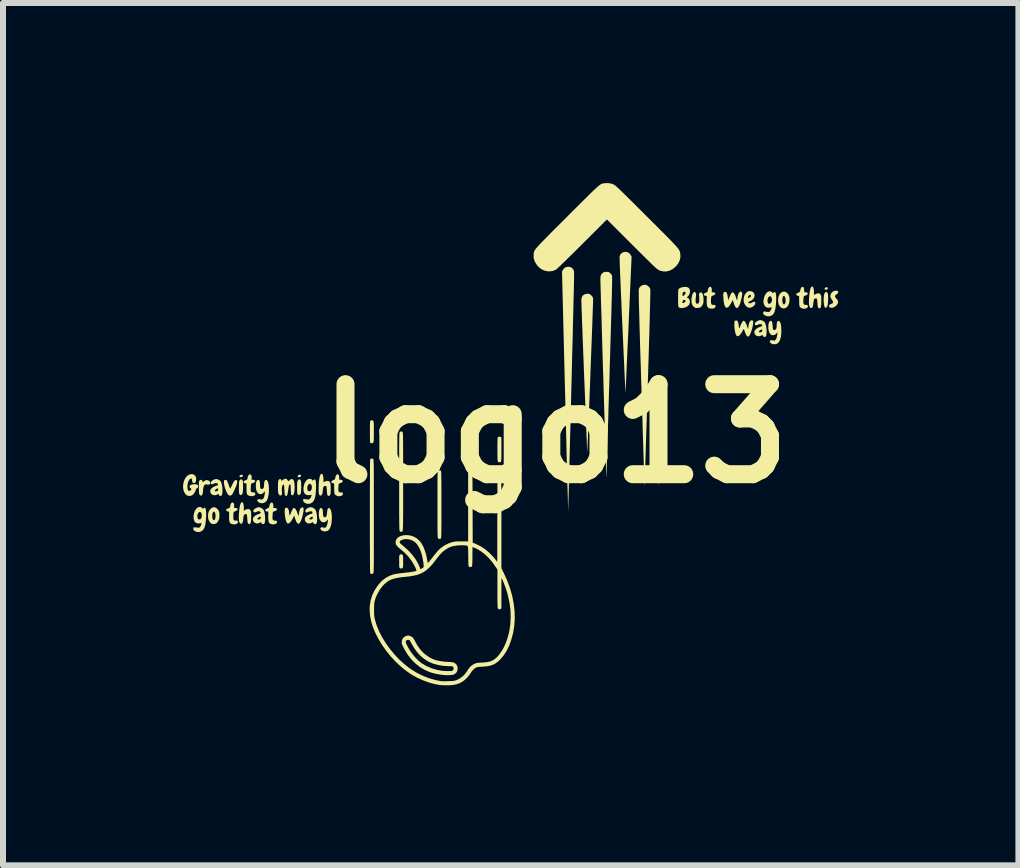
<source format=kicad_pcb>
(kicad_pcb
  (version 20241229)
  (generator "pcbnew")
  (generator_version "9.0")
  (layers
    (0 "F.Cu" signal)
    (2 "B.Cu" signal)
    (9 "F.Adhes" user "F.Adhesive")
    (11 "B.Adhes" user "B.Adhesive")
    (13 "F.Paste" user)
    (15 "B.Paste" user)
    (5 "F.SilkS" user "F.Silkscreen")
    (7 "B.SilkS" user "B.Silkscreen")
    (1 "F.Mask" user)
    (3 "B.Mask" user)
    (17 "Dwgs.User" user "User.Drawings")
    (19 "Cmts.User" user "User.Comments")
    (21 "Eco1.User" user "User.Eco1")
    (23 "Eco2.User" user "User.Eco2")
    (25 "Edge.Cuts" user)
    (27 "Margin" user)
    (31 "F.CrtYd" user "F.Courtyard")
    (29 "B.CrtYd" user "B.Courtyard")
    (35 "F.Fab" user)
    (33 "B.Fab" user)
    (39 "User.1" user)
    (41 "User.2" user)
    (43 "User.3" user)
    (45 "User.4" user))
  (footprint "logo13"
    (layer "F.Cu")
    (at 6.206 4.172)
    (property "Reference" "logo13" (at 0 0 0) (layer "F.SilkS") (effects (font (size 1.5 1.5) (thickness 0.3))))
    (attr board_only exclude_from_pos_files exclude_from_bom)
    (fp_poly (pts (xy 4.532 -2.431) (xy 4.537 -2.421) (xy 4.531 -2.408) (xy 4.529 -2.405) (xy 4.516 -2.398) (xy 4.5 -2.396) (xy 4.487 -2.399) (xy 4.482 -2.405) (xy 4.482 -2.418) (xy 4.491 -2.43) (xy 4.506 -2.436) (xy 4.517 -2.436)) (stroke (width 0) (type solid)) (fill yes) (layer "F.SilkS"))
    (fp_poly (pts (xy -5.215 0.69) (xy -5.209 0.7) (xy -5.213 0.714) (xy -5.216 0.717) (xy -5.229 0.725) (xy -5.244 0.728) (xy -5.258 0.727) (xy -5.263 0.724) (xy -5.267 0.713) (xy -5.262 0.701) (xy -5.25 0.692) (xy -5.235 0.686) (xy -5.231 0.686)) (stroke (width 0) (type solid)) (fill yes) (layer "F.SilkS"))
    (fp_poly (pts (xy -4.246 0.69) (xy -4.24 0.7) (xy -4.244 0.714) (xy -4.247 0.717) (xy -4.259 0.725) (xy -4.275 0.728) (xy -4.289 0.727) (xy -4.294 0.724) (xy -4.298 0.713) (xy -4.293 0.701) (xy -4.281 0.692) (xy -4.266 0.686) (xy -4.262 0.686)) (stroke (width 0) (type solid)) (fill yes) (layer "F.SilkS"))
    (fp_poly (pts (xy 4.519 -2.355) (xy 4.531 -2.341) (xy 4.532 -2.338) (xy 4.536 -2.323) (xy 4.539 -2.299) (xy 4.54 -2.269) (xy 4.54 -2.235) (xy 4.539 -2.201) (xy 4.537 -2.17) (xy 4.534 -2.144) (xy 4.529 -2.127) (xy 4.529 -2.127) (xy 4.518 -2.106) (xy 4.505 -2.095) (xy 4.492 -2.096) (xy 4.485 -2.102) (xy 4.478 -2.117) (xy 4.473 -2.141) (xy 4.469 -2.171) (xy 4.466 -2.206) (xy 4.466 -2.241) (xy 4.468 -2.275) (xy 4.471 -2.305) (xy 4.472 -2.31) (xy 4.481 -2.335) (xy 4.492 -2.352) (xy 4.505 -2.359)) (stroke (width 0) (type solid)) (fill yes) (layer "F.SilkS"))
    (fp_poly (pts (xy -5.227 0.767) (xy -5.219 0.775) (xy -5.212 0.791) (xy -5.209 0.815) (xy -5.207 0.848) (xy -5.207 0.892) (xy -5.207 0.901) (xy -5.208 0.936) (xy -5.209 0.962) (xy -5.211 0.981) (xy -5.214 0.993) (xy -5.217 1.002) (xy -5.222 1.009) (xy -5.236 1.024) (xy -5.249 1.027) (xy -5.261 1.019) (xy -5.265 1.013) (xy -5.269 1.005) (xy -5.272 0.995) (xy -5.274 0.981) (xy -5.275 0.96) (xy -5.276 0.931) (xy -5.276 0.9) (xy -5.275 0.862) (xy -5.275 0.834) (xy -5.273 0.814) (xy -5.271 0.8) (xy -5.268 0.789) (xy -5.265 0.784) (xy -5.254 0.769) (xy -5.24 0.764) (xy -5.239 0.764)) (stroke (width 0) (type solid)) (fill yes) (layer "F.SilkS"))
    (fp_poly (pts (xy -4.258 0.767) (xy -4.25 0.775) (xy -4.243 0.791) (xy -4.24 0.815) (xy -4.238 0.848) (xy -4.238 0.892) (xy -4.238 0.901) (xy -4.239 0.936) (xy -4.24 0.962) (xy -4.242 0.981) (xy -4.245 0.993) (xy -4.248 1.002) (xy -4.253 1.009) (xy -4.267 1.024) (xy -4.28 1.027) (xy -4.292 1.019) (xy -4.296 1.013) (xy -4.3 1.005) (xy -4.303 0.995) (xy -4.305 0.981) (xy -4.306 0.96) (xy -4.306 0.931) (xy -4.307 0.9) (xy -4.306 0.862) (xy -4.306 0.834) (xy -4.304 0.814) (xy -4.302 0.8) (xy -4.298 0.789) (xy -4.296 0.784) (xy -4.285 0.769) (xy -4.271 0.764) (xy -4.27 0.764)) (stroke (width 0) (type solid)) (fill yes) (layer "F.SilkS"))
    (fp_poly (pts (xy -0.921 0.055) (xy -0.917 0.057) (xy -0.903 0.066) (xy -0.903 0.265) (xy -0.903 0.319) (xy -0.903 0.364) (xy -0.904 0.398) (xy -0.904 0.424) (xy -0.905 0.443) (xy -0.907 0.457) (xy -0.909 0.465) (xy -0.911 0.47) (xy -0.912 0.472) (xy -0.928 0.48) (xy -0.946 0.479) (xy -0.959 0.471) (xy -0.962 0.466) (xy -0.964 0.46) (xy -0.966 0.45) (xy -0.967 0.434) (xy -0.968 0.413) (xy -0.969 0.384) (xy -0.969 0.346) (xy -0.969 0.299) (xy -0.969 0.269) (xy -0.969 0.222) (xy -0.969 0.179) (xy -0.968 0.141) (xy -0.967 0.109) (xy -0.967 0.086) (xy -0.966 0.072) (xy -0.965 0.069) (xy -0.955 0.057) (xy -0.939 0.052)) (stroke (width 0) (type solid)) (fill yes) (layer "F.SilkS"))
    (fp_poly (pts (xy -2.564 2.013) (xy -2.553 2.02) (xy -2.548 2.024) (xy -2.545 2.029) (xy -2.543 2.037) (xy -2.541 2.05) (xy -2.54 2.07) (xy -2.54 2.098) (xy -2.54 2.131) (xy -2.54 2.168) (xy -2.54 2.195) (xy -2.541 2.214) (xy -2.543 2.226) (xy -2.545 2.234) (xy -2.549 2.238) (xy -2.553 2.242) (xy -2.566 2.249) (xy -2.573 2.251) (xy -2.582 2.248) (xy -2.593 2.242) (xy -2.598 2.238) (xy -2.601 2.233) (xy -2.604 2.224) (xy -2.605 2.211) (xy -2.606 2.192) (xy -2.606 2.163) (xy -2.606 2.131) (xy -2.606 2.094) (xy -2.606 2.066) (xy -2.605 2.047) (xy -2.603 2.035) (xy -2.6 2.027) (xy -2.596 2.021) (xy -2.595 2.02) (xy -2.58 2.011)) (stroke (width 0) (type solid)) (fill yes) (layer "F.SilkS"))
    (fp_poly (pts (xy -3.05 -0.219) (xy -3.04 -0.211) (xy -3.036 -0.207) (xy -3.033 -0.201) (xy -3.031 -0.193) (xy -3.03 -0.182) (xy -3.029 -0.164) (xy -3.028 -0.14) (xy -3.028 -0.108) (xy -3.028 -0.065) (xy -3.028 -0.031) (xy -3.028 0.019) (xy -3.028 0.059) (xy -3.029 0.09) (xy -3.03 0.112) (xy -3.031 0.128) (xy -3.033 0.139) (xy -3.035 0.146) (xy -3.037 0.149) (xy -3.05 0.159) (xy -3.067 0.163) (xy -3.083 0.158) (xy -3.087 0.155) (xy -3.089 0.149) (xy -3.091 0.136) (xy -3.092 0.114) (xy -3.093 0.083) (xy -3.093 0.042) (xy -3.094 -0.01) (xy -3.094 -0.027) (xy -3.094 -0.078) (xy -3.094 -0.118) (xy -3.093 -0.149) (xy -3.092 -0.172) (xy -3.091 -0.188) (xy -3.09 -0.199) (xy -3.088 -0.206) (xy -3.085 -0.211) (xy -3.083 -0.213) (xy -3.066 -0.222)) (stroke (width 0) (type solid)) (fill yes) (layer "F.SilkS"))
    (fp_poly (pts (xy -1.922 -0.034) (xy -1.911 -0.027) (xy -1.909 -0.023) (xy -1.907 -0.016) (xy -1.905 -0.005) (xy -1.904 0.012) (xy -1.903 0.035) (xy -1.902 0.066) (xy -1.902 0.107) (xy -1.902 0.157) (xy -1.902 0.169) (xy -1.902 0.222) (xy -1.902 0.264) (xy -1.903 0.297) (xy -1.904 0.321) (xy -1.905 0.339) (xy -1.906 0.351) (xy -1.908 0.359) (xy -1.911 0.363) (xy -1.911 0.364) (xy -1.927 0.372) (xy -1.945 0.371) (xy -1.958 0.362) (xy -1.961 0.358) (xy -1.963 0.351) (xy -1.965 0.341) (xy -1.966 0.325) (xy -1.967 0.304) (xy -1.968 0.274) (xy -1.968 0.236) (xy -1.968 0.187) (xy -1.968 0.167) (xy -1.968 0.115) (xy -1.968 0.074) (xy -1.968 0.042) (xy -1.967 0.018) (xy -1.966 0.001) (xy -1.964 -0.011) (xy -1.962 -0.018) (xy -1.96 -0.023) (xy -1.957 -0.026) (xy -1.94 -0.035)) (stroke (width 0) (type solid)) (fill yes) (layer "F.SilkS"))
    (fp_poly (pts (xy -5.487 0.775) (xy -5.481 0.778) (xy -5.474 0.787) (xy -5.466 0.805) (xy -5.456 0.829) (xy -5.448 0.851) (xy -5.439 0.877) (xy -5.431 0.898) (xy -5.424 0.911) (xy -5.421 0.916) (xy -5.416 0.91) (xy -5.409 0.897) (xy -5.399 0.877) (xy -5.396 0.869) (xy -5.376 0.829) (xy -5.359 0.799) (xy -5.342 0.781) (xy -5.327 0.774) (xy -5.313 0.777) (xy -5.305 0.788) (xy -5.304 0.808) (xy -5.309 0.837) (xy -5.315 0.856) (xy -5.325 0.883) (xy -5.338 0.914) (xy -5.352 0.945) (xy -5.366 0.974) (xy -5.379 0.999) (xy -5.39 1.016) (xy -5.394 1.022) (xy -5.412 1.034) (xy -5.431 1.034) (xy -5.45 1.023) (xy -5.457 1.016) (xy -5.472 0.993) (xy -5.487 0.964) (xy -5.5 0.931) (xy -5.511 0.897) (xy -5.519 0.863) (xy -5.524 0.831) (xy -5.526 0.805) (xy -5.523 0.785) (xy -5.518 0.778) (xy -5.504 0.771)) (stroke (width 0) (type solid)) (fill yes) (layer "F.SilkS"))
    (fp_poly (pts (xy 3.828 -2.361) (xy 3.853 -2.346) (xy 3.875 -2.321) (xy 3.882 -2.308) (xy 3.894 -2.274) (xy 3.898 -2.236) (xy 3.895 -2.197) (xy 3.886 -2.159) (xy 3.871 -2.127) (xy 3.855 -2.107) (xy 3.831 -2.09) (xy 3.803 -2.083) (xy 3.775 -2.087) (xy 3.758 -2.095) (xy 3.735 -2.116) (xy 3.719 -2.145) (xy 3.71 -2.179) (xy 3.706 -2.216) (xy 3.707 -2.221) (xy 3.777 -2.221) (xy 3.779 -2.193) (xy 3.785 -2.171) (xy 3.793 -2.156) (xy 3.803 -2.15) (xy 3.814 -2.153) (xy 3.823 -2.167) (xy 3.827 -2.176) (xy 3.832 -2.199) (xy 3.832 -2.225) (xy 3.829 -2.25) (xy 3.823 -2.271) (xy 3.814 -2.287) (xy 3.803 -2.293) (xy 3.802 -2.293) (xy 3.792 -2.288) (xy 3.784 -2.272) (xy 3.779 -2.249) (xy 3.777 -2.221) (xy 3.707 -2.221) (xy 3.709 -2.253) (xy 3.717 -2.288) (xy 3.732 -2.319) (xy 3.752 -2.343) (xy 3.771 -2.356) (xy 3.8 -2.364)) (stroke (width 0) (type solid)) (fill yes) (layer "F.SilkS"))
    (fp_poly (pts (xy 4.687 -2.379) (xy 4.693 -2.376) (xy 4.707 -2.365) (xy 4.71 -2.351) (xy 4.701 -2.336) (xy 4.684 -2.322) (xy 4.664 -2.306) (xy 4.655 -2.291) (xy 4.657 -2.275) (xy 4.669 -2.257) (xy 4.679 -2.245) (xy 4.698 -2.222) (xy 4.706 -2.201) (xy 4.705 -2.179) (xy 4.694 -2.154) (xy 4.692 -2.151) (xy 4.67 -2.124) (xy 4.642 -2.105) (xy 4.61 -2.095) (xy 4.598 -2.095) (xy 4.58 -2.096) (xy 4.566 -2.1) (xy 4.564 -2.102) (xy 4.558 -2.113) (xy 4.556 -2.126) (xy 4.558 -2.137) (xy 4.564 -2.144) (xy 4.577 -2.152) (xy 4.589 -2.158) (xy 4.608 -2.167) (xy 4.619 -2.175) (xy 4.622 -2.184) (xy 4.623 -2.188) (xy 4.619 -2.201) (xy 4.61 -2.219) (xy 4.602 -2.231) (xy 4.584 -2.258) (xy 4.577 -2.283) (xy 4.579 -2.307) (xy 4.586 -2.326) (xy 4.6 -2.349) (xy 4.618 -2.364) (xy 4.643 -2.375) (xy 4.652 -2.377) (xy 4.672 -2.381)) (stroke (width 0) (type solid)) (fill yes) (layer "F.SilkS"))
    (fp_poly (pts (xy -5.901 0.772) (xy -5.888 0.783) (xy -5.884 0.793) (xy -5.877 0.808) (xy -5.871 0.812) (xy -5.865 0.804) (xy -5.865 0.803) (xy -5.855 0.793) (xy -5.839 0.783) (xy -5.82 0.777) (xy -5.811 0.776) (xy -5.793 0.78) (xy -5.774 0.788) (xy -5.761 0.799) (xy -5.758 0.804) (xy -5.754 0.826) (xy -5.759 0.842) (xy -5.773 0.851) (xy -5.794 0.851) (xy -5.802 0.849) (xy -5.825 0.845) (xy -5.844 0.852) (xy -5.858 0.869) (xy -5.867 0.896) (xy -5.873 0.935) (xy -5.873 0.948) (xy -5.876 0.985) (xy -5.882 1.011) (xy -5.89 1.027) (xy -5.902 1.034) (xy -5.908 1.035) (xy -5.92 1.032) (xy -5.929 1.022) (xy -5.933 1.013) (xy -5.937 1.001) (xy -5.94 0.984) (xy -5.942 0.961) (xy -5.943 0.93) (xy -5.943 0.893) (xy -5.943 0.856) (xy -5.943 0.83) (xy -5.942 0.811) (xy -5.94 0.799) (xy -5.937 0.79) (xy -5.933 0.784) (xy -5.932 0.783) (xy -5.916 0.772)) (stroke (width 0) (type solid)) (fill yes) (layer "F.SilkS"))
    (fp_poly (pts (xy -5.667 1.233) (xy -5.643 1.249) (xy -5.622 1.272) (xy -5.616 1.282) (xy -5.608 1.297) (xy -5.604 1.312) (xy -5.601 1.331) (xy -5.601 1.357) (xy -5.601 1.363) (xy -5.601 1.392) (xy -5.603 1.412) (xy -5.608 1.429) (xy -5.615 1.447) (xy -5.617 1.451) (xy -5.629 1.471) (xy -5.642 1.488) (xy -5.65 1.496) (xy -5.67 1.504) (xy -5.694 1.509) (xy -5.717 1.508) (xy -5.728 1.505) (xy -5.743 1.494) (xy -5.76 1.476) (xy -5.774 1.454) (xy -5.783 1.433) (xy -5.788 1.407) (xy -5.79 1.374) (xy -5.79 1.372) (xy -5.721 1.372) (xy -5.719 1.401) (xy -5.713 1.423) (xy -5.705 1.438) (xy -5.695 1.444) (xy -5.684 1.441) (xy -5.674 1.428) (xy -5.673 1.424) (xy -5.667 1.402) (xy -5.665 1.377) (xy -5.666 1.351) (xy -5.671 1.328) (xy -5.678 1.311) (xy -5.688 1.302) (xy -5.689 1.301) (xy -5.701 1.304) (xy -5.711 1.318) (xy -5.718 1.339) (xy -5.721 1.368) (xy -5.721 1.372) (xy -5.79 1.372) (xy -5.788 1.342) (xy -5.784 1.317) (xy -5.772 1.287) (xy -5.753 1.261) (xy -5.73 1.241) (xy -5.705 1.23) (xy -5.691 1.228)) (stroke (width 0) (type solid)) (fill yes) (layer "F.SilkS"))
    (fp_poly (pts (xy 2.321 -2.357) (xy 2.332 -2.346) (xy 2.333 -2.344) (xy 2.338 -2.336) (xy 2.34 -2.327) (xy 2.341 -2.314) (xy 2.339 -2.294) (xy 2.336 -2.266) (xy 2.336 -2.264) (xy 2.332 -2.224) (xy 2.333 -2.195) (xy 2.337 -2.175) (xy 2.346 -2.164) (xy 2.36 -2.162) (xy 2.368 -2.163) (xy 2.38 -2.169) (xy 2.388 -2.182) (xy 2.393 -2.202) (xy 2.394 -2.231) (xy 2.393 -2.268) (xy 2.391 -2.296) (xy 2.39 -2.316) (xy 2.391 -2.328) (xy 2.394 -2.336) (xy 2.399 -2.342) (xy 2.401 -2.343) (xy 2.416 -2.352) (xy 2.43 -2.349) (xy 2.443 -2.337) (xy 2.453 -2.315) (xy 2.46 -2.286) (xy 2.464 -2.249) (xy 2.464 -2.233) (xy 2.464 -2.204) (xy 2.463 -2.184) (xy 2.459 -2.167) (xy 2.453 -2.152) (xy 2.45 -2.146) (xy 2.438 -2.127) (xy 2.426 -2.111) (xy 2.42 -2.105) (xy 2.403 -2.098) (xy 2.38 -2.093) (xy 2.354 -2.091) (xy 2.332 -2.092) (xy 2.331 -2.093) (xy 2.314 -2.101) (xy 2.296 -2.117) (xy 2.28 -2.138) (xy 2.27 -2.159) (xy 2.264 -2.191) (xy 2.263 -2.228) (xy 2.266 -2.265) (xy 2.273 -2.299) (xy 2.283 -2.328) (xy 2.295 -2.346) (xy 2.309 -2.357)) (stroke (width 0) (type solid)) (fill yes) (layer "F.SilkS"))
    (fp_poly (pts (xy -5.369 1.154) (xy -5.359 1.166) (xy -5.355 1.188) (xy -5.355 1.205) (xy -5.356 1.24) (xy -5.338 1.24) (xy -5.315 1.243) (xy -5.301 1.251) (xy -5.297 1.263) (xy -5.302 1.276) (xy -5.316 1.287) (xy -5.339 1.296) (xy -5.343 1.297) (xy -5.353 1.301) (xy -5.361 1.309) (xy -5.365 1.323) (xy -5.368 1.345) (xy -5.369 1.377) (xy -5.369 1.386) (xy -5.368 1.415) (xy -5.365 1.434) (xy -5.357 1.445) (xy -5.344 1.449) (xy -5.327 1.451) (xy -5.308 1.451) (xy -5.298 1.455) (xy -5.294 1.462) (xy -5.294 1.463) (xy -5.293 1.482) (xy -5.302 1.497) (xy -5.319 1.508) (xy -5.344 1.513) (xy -5.374 1.512) (xy -5.382 1.511) (xy -5.404 1.504) (xy -5.42 1.493) (xy -5.431 1.476) (xy -5.437 1.451) (xy -5.44 1.417) (xy -5.44 1.373) (xy -5.44 1.371) (xy -5.438 1.301) (xy -5.459 1.299) (xy -5.477 1.294) (xy -5.487 1.283) (xy -5.488 1.27) (xy -5.486 1.265) (xy -5.476 1.257) (xy -5.46 1.249) (xy -5.452 1.246) (xy -5.435 1.24) (xy -5.427 1.233) (xy -5.423 1.221) (xy -5.421 1.209) (xy -5.415 1.181) (xy -5.404 1.161) (xy -5.391 1.151) (xy -5.384 1.15)) (stroke (width 0) (type solid)) (fill yes) (layer "F.SilkS"))
    (fp_poly (pts (xy -4.723 1.151) (xy -4.712 1.161) (xy -4.704 1.178) (xy -4.702 1.202) (xy -4.702 1.21) (xy -4.705 1.24) (xy -4.682 1.24) (xy -4.664 1.243) (xy -4.649 1.25) (xy -4.641 1.26) (xy -4.641 1.263) (xy -4.646 1.275) (xy -4.662 1.286) (xy -4.68 1.294) (xy -4.71 1.305) (xy -4.715 1.363) (xy -4.717 1.397) (xy -4.716 1.421) (xy -4.711 1.437) (xy -4.701 1.446) (xy -4.685 1.451) (xy -4.672 1.452) (xy -4.655 1.453) (xy -4.646 1.457) (xy -4.643 1.465) (xy -4.642 1.473) (xy -4.643 1.489) (xy -4.652 1.5) (xy -4.654 1.501) (xy -4.674 1.509) (xy -4.698 1.514) (xy -4.72 1.513) (xy -4.722 1.513) (xy -4.745 1.506) (xy -4.762 1.498) (xy -4.774 1.485) (xy -4.781 1.467) (xy -4.785 1.442) (xy -4.787 1.408) (xy -4.787 1.38) (xy -4.786 1.3) (xy -4.803 1.3) (xy -4.819 1.297) (xy -4.833 1.288) (xy -4.839 1.278) (xy -4.839 1.276) (xy -4.834 1.268) (xy -4.822 1.258) (xy -4.806 1.249) (xy -4.792 1.243) (xy -4.782 1.239) (xy -4.775 1.232) (xy -4.771 1.218) (xy -4.768 1.205) (xy -4.762 1.185) (xy -4.755 1.168) (xy -4.751 1.161) (xy -4.737 1.151)) (stroke (width 0) (type solid)) (fill yes) (layer "F.SilkS"))
    (fp_poly (pts (xy 2.588 -2.44) (xy 2.598 -2.427) (xy 2.602 -2.405) (xy 2.602 -2.389) (xy 2.601 -2.353) (xy 2.619 -2.353) (xy 2.642 -2.35) (xy 2.656 -2.342) (xy 2.66 -2.33) (xy 2.655 -2.318) (xy 2.641 -2.306) (xy 2.618 -2.297) (xy 2.614 -2.297) (xy 2.604 -2.292) (xy 2.596 -2.284) (xy 2.592 -2.27) (xy 2.589 -2.248) (xy 2.588 -2.217) (xy 2.588 -2.207) (xy 2.589 -2.178) (xy 2.593 -2.16) (xy 2.6 -2.149) (xy 2.613 -2.144) (xy 2.63 -2.143) (xy 2.649 -2.142) (xy 2.659 -2.138) (xy 2.663 -2.131) (xy 2.663 -2.131) (xy 2.664 -2.111) (xy 2.655 -2.096) (xy 2.638 -2.085) (xy 2.613 -2.08) (xy 2.583 -2.081) (xy 2.575 -2.082) (xy 2.553 -2.089) (xy 2.537 -2.1) (xy 2.526 -2.117) (xy 2.52 -2.142) (xy 2.517 -2.176) (xy 2.517 -2.22) (xy 2.517 -2.223) (xy 2.519 -2.293) (xy 2.499 -2.294) (xy 2.48 -2.3) (xy 2.47 -2.31) (xy 2.469 -2.323) (xy 2.471 -2.328) (xy 2.481 -2.336) (xy 2.497 -2.344) (xy 2.505 -2.347) (xy 2.522 -2.353) (xy 2.53 -2.36) (xy 2.534 -2.372) (xy 2.536 -2.385) (xy 2.542 -2.412) (xy 2.553 -2.432) (xy 2.566 -2.443) (xy 2.573 -2.444)) (stroke (width 0) (type solid)) (fill yes) (layer "F.SilkS"))
    (fp_poly (pts (xy 1.185 -3.024) (xy 1.213 -3.013) (xy 1.237 -2.994) (xy 1.251 -2.973) (xy 1.266 -2.945) (xy 1.217 -1.835) (xy 1.212 -1.72) (xy 1.207 -1.608) (xy 1.202 -1.5) (xy 1.197 -1.396) (xy 1.193 -1.297) (xy 1.188 -1.204) (xy 1.184 -1.116) (xy 1.181 -1.036) (xy 1.178 -0.962) (xy 1.175 -0.897) (xy 1.172 -0.84) (xy 1.17 -0.792) (xy 1.168 -0.754) (xy 1.167 -0.726) (xy 1.166 -0.709) (xy 1.166 -0.704) (xy 1.164 -0.691) (xy 1.163 -0.69) (xy 1.163 -0.7) (xy 1.162 -0.701) (xy 1.162 -0.709) (xy 1.161 -0.728) (xy 1.16 -0.758) (xy 1.158 -0.799) (xy 1.156 -0.848) (xy 1.153 -0.907) (xy 1.15 -0.974) (xy 1.146 -1.049) (xy 1.143 -1.132) (xy 1.139 -1.22) (xy 1.134 -1.315) (xy 1.13 -1.415) (xy 1.125 -1.52) (xy 1.12 -1.629) (xy 1.115 -1.742) (xy 1.111 -1.827) (xy 1.104 -1.976) (xy 1.098 -2.116) (xy 1.093 -2.245) (xy 1.087 -2.364) (xy 1.083 -2.473) (xy 1.079 -2.571) (xy 1.075 -2.658) (xy 1.072 -2.735) (xy 1.07 -2.8) (xy 1.068 -2.854) (xy 1.067 -2.896) (xy 1.066 -2.927) (xy 1.066 -2.946) (xy 1.067 -2.954) (xy 1.08 -2.984) (xy 1.101 -3.006) (xy 1.127 -3.02) (xy 1.156 -3.026)) (stroke (width 0) (type solid)) (fill yes) (layer "F.SilkS"))
    (fp_poly (pts (xy 3.265 -2.369) (xy 3.289 -2.357) (xy 3.305 -2.338) (xy 3.314 -2.315) (xy 3.315 -2.29) (xy 3.307 -2.264) (xy 3.291 -2.24) (xy 3.266 -2.218) (xy 3.26 -2.215) (xy 3.242 -2.205) (xy 3.226 -2.199) (xy 3.219 -2.197) (xy 3.21 -2.193) (xy 3.209 -2.185) (xy 3.216 -2.176) (xy 3.224 -2.171) (xy 3.234 -2.168) (xy 3.245 -2.169) (xy 3.26 -2.176) (xy 3.271 -2.181) (xy 3.295 -2.193) (xy 3.312 -2.196) (xy 3.323 -2.19) (xy 3.327 -2.176) (xy 3.327 -2.175) (xy 3.324 -2.155) (xy 3.311 -2.135) (xy 3.291 -2.117) (xy 3.266 -2.103) (xy 3.24 -2.096) (xy 3.229 -2.095) (xy 3.211 -2.098) (xy 3.192 -2.106) (xy 3.19 -2.108) (xy 3.162 -2.134) (xy 3.143 -2.166) (xy 3.133 -2.204) (xy 3.133 -2.245) (xy 3.136 -2.262) (xy 3.203 -2.262) (xy 3.21 -2.259) (xy 3.219 -2.26) (xy 3.235 -2.267) (xy 3.246 -2.274) (xy 3.254 -2.287) (xy 3.254 -2.3) (xy 3.245 -2.309) (xy 3.24 -2.31) (xy 3.228 -2.308) (xy 3.217 -2.296) (xy 3.214 -2.292) (xy 3.204 -2.273) (xy 3.203 -2.262) (xy 3.136 -2.262) (xy 3.142 -2.288) (xy 3.15 -2.309) (xy 3.17 -2.34) (xy 3.194 -2.361) (xy 3.222 -2.372) (xy 3.233 -2.373)) (stroke (width 0) (type solid)) (fill yes) (layer "F.SilkS"))
    (fp_poly (pts (xy -5.074 0.69) (xy -5.072 0.693) (xy -5.065 0.704) (xy -5.063 0.719) (xy -5.064 0.739) (xy -5.067 0.77) (xy -5.044 0.77) (xy -5.022 0.775) (xy -5.01 0.783) (xy -5.003 0.792) (xy -5.003 0.798) (xy -5.012 0.807) (xy -5.015 0.81) (xy -5.033 0.821) (xy -5.052 0.828) (xy -5.052 0.828) (xy -5.063 0.831) (xy -5.07 0.835) (xy -5.073 0.846) (xy -5.076 0.864) (xy -5.076 0.868) (xy -5.079 0.906) (xy -5.08 0.936) (xy -5.078 0.958) (xy -5.074 0.969) (xy -5.065 0.975) (xy -5.047 0.979) (xy -5.037 0.981) (xy -5.018 0.983) (xy -5.008 0.987) (xy -5.004 0.994) (xy -5.003 1.003) (xy -5.004 1.019) (xy -5.013 1.03) (xy -5.015 1.031) (xy -5.041 1.042) (xy -5.072 1.044) (xy -5.097 1.039) (xy -5.116 1.033) (xy -5.13 1.025) (xy -5.139 1.013) (xy -5.145 0.995) (xy -5.148 0.97) (xy -5.149 0.935) (xy -5.149 0.914) (xy -5.149 0.831) (xy -5.165 0.831) (xy -5.181 0.828) (xy -5.191 0.823) (xy -5.199 0.811) (xy -5.197 0.799) (xy -5.184 0.787) (xy -5.165 0.778) (xy -5.147 0.772) (xy -5.138 0.764) (xy -5.134 0.754) (xy -5.132 0.743) (xy -5.125 0.714) (xy -5.115 0.694) (xy -5.103 0.682) (xy -5.089 0.681)) (stroke (width 0) (type solid)) (fill yes) (layer "F.SilkS"))
    (fp_poly (pts (xy -5.212 1.149) (xy -5.203 1.166) (xy -5.197 1.194) (xy -5.194 1.231) (xy -5.194 1.237) (xy -5.194 1.288) (xy -5.172 1.273) (xy -5.147 1.261) (xy -5.12 1.258) (xy -5.101 1.262) (xy -5.092 1.269) (xy -5.082 1.283) (xy -5.081 1.284) (xy -5.077 1.294) (xy -5.074 1.307) (xy -5.072 1.326) (xy -5.072 1.352) (xy -5.072 1.387) (xy -5.072 1.387) (xy -5.072 1.428) (xy -5.074 1.458) (xy -5.078 1.479) (xy -5.083 1.494) (xy -5.091 1.503) (xy -5.094 1.506) (xy -5.104 1.51) (xy -5.114 1.506) (xy -5.121 1.5) (xy -5.127 1.492) (xy -5.131 1.479) (xy -5.133 1.46) (xy -5.136 1.431) (xy -5.136 1.426) (xy -5.138 1.393) (xy -5.14 1.369) (xy -5.144 1.355) (xy -5.149 1.346) (xy -5.156 1.343) (xy -5.164 1.342) (xy -5.179 1.345) (xy -5.19 1.354) (xy -5.197 1.371) (xy -5.201 1.398) (xy -5.203 1.412) (xy -5.206 1.448) (xy -5.212 1.474) (xy -5.218 1.49) (xy -5.228 1.5) (xy -5.235 1.503) (xy -5.251 1.501) (xy -5.263 1.489) (xy -5.272 1.465) (xy -5.277 1.431) (xy -5.278 1.386) (xy -5.275 1.33) (xy -5.269 1.265) (xy -5.266 1.243) (xy -5.259 1.205) (xy -5.251 1.175) (xy -5.24 1.155) (xy -5.229 1.144) (xy -5.224 1.144)) (stroke (width 0) (type solid)) (fill yes) (layer "F.SilkS"))
    (fp_poly (pts (xy 4.286 -2.444) (xy 4.295 -2.427) (xy 4.301 -2.4) (xy 4.304 -2.362) (xy 4.304 -2.357) (xy 4.304 -2.306) (xy 4.325 -2.32) (xy 4.351 -2.332) (xy 4.378 -2.335) (xy 4.397 -2.332) (xy 4.406 -2.324) (xy 4.416 -2.311) (xy 4.417 -2.309) (xy 4.421 -2.299) (xy 4.424 -2.286) (xy 4.426 -2.268) (xy 4.426 -2.242) (xy 4.426 -2.206) (xy 4.426 -2.206) (xy 4.426 -2.166) (xy 4.424 -2.136) (xy 4.42 -2.114) (xy 4.415 -2.099) (xy 4.407 -2.09) (xy 4.403 -2.087) (xy 4.393 -2.083) (xy 4.384 -2.087) (xy 4.377 -2.094) (xy 4.371 -2.102) (xy 4.367 -2.114) (xy 4.365 -2.134) (xy 4.362 -2.163) (xy 4.362 -2.167) (xy 4.36 -2.201) (xy 4.357 -2.224) (xy 4.354 -2.239) (xy 4.349 -2.247) (xy 4.342 -2.25) (xy 4.334 -2.251) (xy 4.319 -2.248) (xy 4.308 -2.239) (xy 4.301 -2.222) (xy 4.297 -2.195) (xy 4.295 -2.181) (xy 4.291 -2.145) (xy 4.286 -2.12) (xy 4.279 -2.103) (xy 4.27 -2.094) (xy 4.263 -2.091) (xy 4.247 -2.092) (xy 4.235 -2.104) (xy 4.226 -2.128) (xy 4.221 -2.162) (xy 4.22 -2.207) (xy 4.223 -2.263) (xy 4.229 -2.328) (xy 4.232 -2.35) (xy 4.239 -2.388) (xy 4.247 -2.418) (xy 4.258 -2.439) (xy 4.269 -2.449) (xy 4.273 -2.45)) (stroke (width 0) (type solid)) (fill yes) (layer "F.SilkS"))
    (fp_poly (pts (xy -3.619 0.684) (xy -3.61 0.696) (xy -3.606 0.719) (xy -3.605 0.737) (xy -3.605 0.756) (xy -3.603 0.766) (xy -3.598 0.77) (xy -3.588 0.77) (xy -3.587 0.77) (xy -3.564 0.774) (xy -3.55 0.782) (xy -3.545 0.793) (xy -3.55 0.806) (xy -3.564 0.818) (xy -3.587 0.826) (xy -3.592 0.827) (xy -3.602 0.831) (xy -3.609 0.837) (xy -3.614 0.848) (xy -3.617 0.866) (xy -3.618 0.893) (xy -3.619 0.915) (xy -3.619 0.945) (xy -3.615 0.964) (xy -3.608 0.975) (xy -3.594 0.98) (xy -3.577 0.981) (xy -3.56 0.982) (xy -3.55 0.987) (xy -3.544 0.996) (xy -3.542 1.012) (xy -3.551 1.027) (xy -3.571 1.038) (xy -3.581 1.041) (xy -3.596 1.045) (xy -3.608 1.046) (xy -3.621 1.044) (xy -3.635 1.041) (xy -3.653 1.033) (xy -3.67 1.021) (xy -3.671 1.021) (xy -3.677 1.014) (xy -3.681 1.007) (xy -3.684 0.998) (xy -3.686 0.983) (xy -3.687 0.962) (xy -3.688 0.932) (xy -3.689 0.918) (xy -3.69 0.831) (xy -3.709 0.829) (xy -3.726 0.824) (xy -3.736 0.813) (xy -3.736 0.8) (xy -3.734 0.796) (xy -3.725 0.788) (xy -3.709 0.779) (xy -3.701 0.776) (xy -3.685 0.769) (xy -3.676 0.761) (xy -3.672 0.748) (xy -3.671 0.738) (xy -3.663 0.709) (xy -3.652 0.689) (xy -3.637 0.681) (xy -3.633 0.68)) (stroke (width 0) (type solid)) (fill yes) (layer "F.SilkS"))
    (fp_poly (pts (xy 4.127 -2.44) (xy 4.136 -2.427) (xy 4.14 -2.405) (xy 4.141 -2.387) (xy 4.141 -2.368) (xy 4.143 -2.358) (xy 4.148 -2.354) (xy 4.159 -2.353) (xy 4.159 -2.353) (xy 4.183 -2.35) (xy 4.197 -2.342) (xy 4.201 -2.331) (xy 4.196 -2.318) (xy 4.182 -2.306) (xy 4.159 -2.297) (xy 4.155 -2.296) (xy 4.145 -2.293) (xy 4.137 -2.287) (xy 4.133 -2.276) (xy 4.13 -2.258) (xy 4.128 -2.231) (xy 4.127 -2.208) (xy 4.127 -2.179) (xy 4.131 -2.16) (xy 4.139 -2.149) (xy 4.152 -2.144) (xy 4.169 -2.143) (xy 4.187 -2.142) (xy 4.196 -2.137) (xy 4.202 -2.128) (xy 4.204 -2.111) (xy 4.195 -2.097) (xy 4.175 -2.086) (xy 4.166 -2.083) (xy 4.15 -2.079) (xy 4.139 -2.078) (xy 4.125 -2.079) (xy 4.112 -2.083) (xy 4.093 -2.09) (xy 4.076 -2.103) (xy 4.076 -2.103) (xy 4.069 -2.11) (xy 4.065 -2.117) (xy 4.062 -2.126) (xy 4.06 -2.14) (xy 4.059 -2.161) (xy 4.058 -2.191) (xy 4.058 -2.206) (xy 4.056 -2.293) (xy 4.037 -2.294) (xy 4.02 -2.3) (xy 4.01 -2.311) (xy 4.01 -2.324) (xy 4.012 -2.328) (xy 4.022 -2.336) (xy 4.038 -2.345) (xy 4.045 -2.348) (xy 4.062 -2.355) (xy 4.07 -2.363) (xy 4.074 -2.376) (xy 4.076 -2.386) (xy 4.083 -2.415) (xy 4.094 -2.434) (xy 4.109 -2.443) (xy 4.114 -2.444)) (stroke (width 0) (type solid)) (fill yes) (layer "F.SilkS"))
    (fp_poly (pts (xy -5.632 0.763) (xy -5.608 0.773) (xy -5.588 0.788) (xy -5.578 0.8) (xy -5.565 0.831) (xy -5.555 0.872) (xy -5.55 0.92) (xy -5.55 0.948) (xy -5.551 0.984) (xy -5.554 1.01) (xy -5.56 1.027) (xy -5.569 1.036) (xy -5.581 1.04) (xy -5.595 1.039) (xy -5.605 1.029) (xy -5.608 1.024) (xy -5.619 1.006) (xy -5.64 1.018) (xy -5.669 1.028) (xy -5.697 1.028) (xy -5.721 1.018) (xy -5.74 1.001) (xy -5.752 0.977) (xy -5.754 0.958) (xy -5.679 0.958) (xy -5.678 0.959) (xy -5.668 0.963) (xy -5.652 0.962) (xy -5.636 0.958) (xy -5.633 0.957) (xy -5.626 0.949) (xy -5.622 0.936) (xy -5.622 0.924) (xy -5.625 0.916) (xy -5.628 0.915) (xy -5.642 0.918) (xy -5.656 0.927) (xy -5.669 0.938) (xy -5.678 0.949) (xy -5.679 0.958) (xy -5.754 0.958) (xy -5.754 0.957) (xy -5.749 0.936) (xy -5.734 0.916) (xy -5.711 0.897) (xy -5.684 0.882) (xy -5.667 0.875) (xy -5.643 0.868) (xy -5.629 0.862) (xy -5.623 0.855) (xy -5.624 0.847) (xy -5.627 0.84) (xy -5.638 0.828) (xy -5.656 0.824) (xy -5.678 0.829) (xy -5.696 0.837) (xy -5.717 0.845) (xy -5.733 0.844) (xy -5.744 0.836) (xy -5.747 0.822) (xy -5.74 0.804) (xy -5.738 0.801) (xy -5.722 0.786) (xy -5.699 0.772) (xy -5.675 0.762) (xy -5.655 0.758)) (stroke (width 0) (type solid)) (fill yes) (layer "F.SilkS"))
    (fp_poly (pts (xy -4.946 0.772) (xy -4.938 0.779) (xy -4.932 0.791) (xy -4.927 0.81) (xy -4.924 0.837) (xy -4.924 0.86) (xy -4.923 0.885) (xy -4.921 0.901) (xy -4.917 0.911) (xy -4.912 0.918) (xy -4.896 0.925) (xy -4.88 0.922) (xy -4.867 0.91) (xy -4.864 0.906) (xy -4.86 0.891) (xy -4.858 0.87) (xy -4.857 0.856) (xy -4.855 0.822) (xy -4.849 0.796) (xy -4.84 0.779) (xy -4.828 0.772) (xy -4.814 0.775) (xy -4.809 0.78) (xy -4.796 0.799) (xy -4.786 0.827) (xy -4.779 0.862) (xy -4.776 0.902) (xy -4.776 0.946) (xy -4.778 0.989) (xy -4.784 1.032) (xy -4.793 1.07) (xy -4.804 1.103) (xy -4.818 1.127) (xy -4.82 1.129) (xy -4.844 1.149) (xy -4.873 1.16) (xy -4.903 1.162) (xy -4.932 1.154) (xy -4.939 1.151) (xy -4.959 1.135) (xy -4.969 1.121) (xy -4.969 1.108) (xy -4.959 1.096) (xy -4.943 1.092) (xy -4.927 1.095) (xy -4.903 1.101) (xy -4.884 1.097) (xy -4.869 1.083) (xy -4.857 1.058) (xy -4.848 1.023) (xy -4.843 0.988) (xy -4.84 0.962) (xy -4.867 0.987) (xy -4.887 1.003) (xy -4.904 1.01) (xy -4.912 1.011) (xy -4.94 1.006) (xy -4.962 0.99) (xy -4.979 0.964) (xy -4.99 0.928) (xy -4.994 0.885) (xy -4.993 0.844) (xy -4.988 0.811) (xy -4.979 0.788) (xy -4.967 0.774) (xy -4.958 0.772)) (stroke (width 0) (type solid)) (fill yes) (layer "F.SilkS"))
    (fp_poly (pts (xy -4.922 1.232) (xy -4.898 1.243) (xy -4.877 1.258) (xy -4.868 1.269) (xy -4.854 1.3) (xy -4.845 1.341) (xy -4.84 1.389) (xy -4.839 1.417) (xy -4.84 1.453) (xy -4.844 1.479) (xy -4.849 1.496) (xy -4.859 1.506) (xy -4.871 1.51) (xy -4.884 1.508) (xy -4.895 1.499) (xy -4.898 1.494) (xy -4.909 1.476) (xy -4.93 1.487) (xy -4.959 1.497) (xy -4.987 1.497) (xy -5.011 1.488) (xy -5.03 1.471) (xy -5.041 1.446) (xy -5.044 1.427) (xy -4.968 1.427) (xy -4.967 1.429) (xy -4.957 1.432) (xy -4.942 1.432) (xy -4.926 1.428) (xy -4.923 1.426) (xy -4.916 1.418) (xy -4.912 1.405) (xy -4.911 1.393) (xy -4.915 1.385) (xy -4.918 1.384) (xy -4.932 1.388) (xy -4.946 1.396) (xy -4.959 1.407) (xy -4.967 1.419) (xy -4.968 1.427) (xy -5.044 1.427) (xy -5.044 1.426) (xy -5.038 1.406) (xy -5.023 1.385) (xy -5.001 1.366) (xy -4.974 1.351) (xy -4.957 1.345) (xy -4.933 1.337) (xy -4.919 1.331) (xy -4.913 1.325) (xy -4.913 1.316) (xy -4.916 1.309) (xy -4.928 1.298) (xy -4.946 1.294) (xy -4.968 1.298) (xy -4.986 1.307) (xy -5.006 1.314) (xy -5.023 1.313) (xy -5.033 1.305) (xy -5.036 1.291) (xy -5.03 1.274) (xy -5.028 1.271) (xy -5.012 1.255) (xy -4.989 1.241) (xy -4.965 1.231) (xy -4.945 1.228)) (stroke (width 0) (type solid)) (fill yes) (layer "F.SilkS"))
    (fp_poly (pts (xy -4.205 1.234) (xy -4.199 1.247) (xy -4.198 1.27) (xy -4.201 1.302) (xy -4.206 1.33) (xy -4.217 1.379) (xy -4.23 1.422) (xy -4.244 1.457) (xy -4.258 1.483) (xy -4.272 1.499) (xy -4.281 1.504) (xy -4.292 1.501) (xy -4.304 1.491) (xy -4.307 1.489) (xy -4.317 1.474) (xy -4.327 1.45) (xy -4.338 1.422) (xy -4.338 1.42) (xy -4.354 1.368) (xy -4.376 1.41) (xy -4.398 1.449) (xy -4.419 1.477) (xy -4.437 1.493) (xy -4.455 1.499) (xy -4.467 1.497) (xy -4.475 1.49) (xy -4.483 1.476) (xy -4.485 1.472) (xy -4.494 1.445) (xy -4.502 1.414) (xy -4.508 1.375) (xy -4.512 1.327) (xy -4.513 1.29) (xy -4.512 1.263) (xy -4.506 1.246) (xy -4.497 1.237) (xy -4.483 1.235) (xy -4.482 1.235) (xy -4.465 1.242) (xy -4.452 1.26) (xy -4.443 1.289) (xy -4.438 1.327) (xy -4.436 1.348) (xy -4.433 1.363) (xy -4.43 1.368) (xy -4.43 1.368) (xy -4.426 1.36) (xy -4.419 1.345) (xy -4.41 1.324) (xy -4.409 1.321) (xy -4.394 1.284) (xy -4.38 1.259) (xy -4.368 1.244) (xy -4.358 1.24) (xy -4.344 1.246) (xy -4.33 1.262) (xy -4.316 1.288) (xy -4.302 1.323) (xy -4.3 1.33) (xy -4.283 1.38) (xy -4.276 1.333) (xy -4.268 1.292) (xy -4.258 1.261) (xy -4.244 1.241) (xy -4.233 1.234) (xy -4.217 1.23)) (stroke (width 0) (type solid)) (fill yes) (layer "F.SilkS"))
    (fp_poly (pts (xy 3.432 -1.886) (xy 3.456 -1.875) (xy 3.477 -1.86) (xy 3.486 -1.849) (xy 3.5 -1.817) (xy 3.509 -1.777) (xy 3.514 -1.729) (xy 3.515 -1.701) (xy 3.514 -1.664) (xy 3.511 -1.639) (xy 3.505 -1.622) (xy 3.496 -1.612) (xy 3.483 -1.608) (xy 3.47 -1.61) (xy 3.46 -1.619) (xy 3.456 -1.624) (xy 3.446 -1.642) (xy 3.425 -1.631) (xy 3.395 -1.621) (xy 3.368 -1.621) (xy 3.343 -1.63) (xy 3.324 -1.647) (xy 3.313 -1.672) (xy 3.311 -1.69) (xy 3.386 -1.69) (xy 3.387 -1.689) (xy 3.397 -1.686) (xy 3.413 -1.686) (xy 3.428 -1.69) (xy 3.431 -1.692) (xy 3.438 -1.7) (xy 3.442 -1.712) (xy 3.443 -1.725) (xy 3.439 -1.733) (xy 3.437 -1.733) (xy 3.423 -1.73) (xy 3.408 -1.722) (xy 3.395 -1.71) (xy 3.387 -1.699) (xy 3.386 -1.69) (xy 3.311 -1.69) (xy 3.31 -1.692) (xy 3.316 -1.712) (xy 3.331 -1.732) (xy 3.353 -1.751) (xy 3.381 -1.767) (xy 3.398 -1.773) (xy 3.421 -1.781) (xy 3.435 -1.787) (xy 3.441 -1.793) (xy 3.441 -1.801) (xy 3.438 -1.809) (xy 3.427 -1.82) (xy 3.409 -1.824) (xy 3.386 -1.82) (xy 3.368 -1.811) (xy 3.348 -1.803) (xy 3.331 -1.805) (xy 3.321 -1.813) (xy 3.318 -1.827) (xy 3.325 -1.844) (xy 3.327 -1.847) (xy 3.343 -1.862) (xy 3.365 -1.876) (xy 3.389 -1.886) (xy 3.409 -1.89)) (stroke (width 0) (type solid)) (fill yes) (layer "F.SilkS"))
    (fp_poly (pts (xy -1.91 0.621) (xy -1.909 0.621) (xy -1.908 0.625) (xy -1.907 0.635) (xy -1.906 0.652) (xy -1.905 0.675) (xy -1.904 0.706) (xy -1.904 0.745) (xy -1.903 0.792) (xy -1.903 0.849) (xy -1.902 0.916) (xy -1.902 0.993) (xy -1.902 1.08) (xy -1.902 1.18) (xy -1.902 1.183) (xy -1.902 1.279) (xy -1.902 1.362) (xy -1.902 1.435) (xy -1.902 1.499) (xy -1.903 1.553) (xy -1.903 1.598) (xy -1.903 1.636) (xy -1.904 1.667) (xy -1.905 1.692) (xy -1.905 1.711) (xy -1.906 1.725) (xy -1.907 1.735) (xy -1.909 1.742) (xy -1.91 1.746) (xy -1.911 1.748) (xy -1.927 1.757) (xy -1.945 1.755) (xy -1.958 1.747) (xy -1.96 1.744) (xy -1.961 1.74) (xy -1.963 1.733) (xy -1.964 1.723) (xy -1.965 1.709) (xy -1.966 1.69) (xy -1.966 1.666) (xy -1.967 1.636) (xy -1.967 1.599) (xy -1.968 1.555) (xy -1.968 1.502) (xy -1.968 1.44) (xy -1.968 1.369) (xy -1.968 1.286) (xy -1.968 1.193) (xy -1.968 1.185) (xy -1.968 1.091) (xy -1.968 1.008) (xy -1.968 0.936) (xy -1.968 0.874) (xy -1.968 0.82) (xy -1.967 0.775) (xy -1.967 0.738) (xy -1.967 0.708) (xy -1.966 0.684) (xy -1.965 0.665) (xy -1.964 0.651) (xy -1.963 0.64) (xy -1.962 0.633) (xy -1.96 0.628) (xy -1.959 0.626) (xy -1.957 0.624) (xy -1.942 0.616) (xy -1.924 0.615)) (stroke (width 0) (type solid)) (fill yes) (layer "F.SilkS"))
    (fp_poly (pts (xy -3.907 1.241) (xy -3.893 1.247) (xy -3.884 1.26) (xy -3.878 1.282) (xy -3.876 1.315) (xy -3.876 1.321) (xy -3.874 1.356) (xy -3.869 1.379) (xy -3.859 1.392) (xy -3.846 1.396) (xy -3.831 1.393) (xy -3.821 1.382) (xy -3.814 1.363) (xy -3.809 1.333) (xy -3.808 1.321) (xy -3.804 1.284) (xy -3.797 1.258) (xy -3.787 1.244) (xy -3.775 1.241) (xy -3.76 1.25) (xy -3.757 1.254) (xy -3.745 1.274) (xy -3.736 1.304) (xy -3.73 1.342) (xy -3.727 1.387) (xy -3.728 1.426) (xy -3.733 1.487) (xy -3.743 1.537) (xy -3.758 1.576) (xy -3.777 1.605) (xy -3.801 1.623) (xy -3.83 1.63) (xy -3.84 1.631) (xy -3.861 1.629) (xy -3.878 1.626) (xy -3.882 1.624) (xy -3.902 1.613) (xy -3.915 1.598) (xy -3.919 1.582) (xy -3.912 1.568) (xy -3.909 1.565) (xy -3.901 1.561) (xy -3.889 1.562) (xy -3.87 1.566) (xy -3.851 1.57) (xy -3.841 1.57) (xy -3.833 1.566) (xy -3.825 1.557) (xy -3.813 1.539) (xy -3.804 1.515) (xy -3.798 1.483) (xy -3.795 1.463) (xy -3.791 1.43) (xy -3.808 1.448) (xy -3.833 1.47) (xy -3.859 1.48) (xy -3.883 1.478) (xy -3.906 1.465) (xy -3.925 1.442) (xy -3.934 1.422) (xy -3.942 1.393) (xy -3.945 1.359) (xy -3.945 1.323) (xy -3.941 1.29) (xy -3.934 1.265) (xy -3.926 1.249) (xy -3.918 1.242) (xy -3.908 1.241)) (stroke (width 0) (type solid)) (fill yes) (layer "F.SilkS"))
    (fp_poly (pts (xy -3.882 0.682) (xy -3.874 0.702) (xy -3.869 0.732) (xy -3.867 0.771) (xy -3.867 0.772) (xy -3.867 0.792) (xy -3.867 0.807) (xy -3.866 0.813) (xy -3.866 0.813) (xy -3.861 0.81) (xy -3.849 0.803) (xy -3.844 0.8) (xy -3.817 0.79) (xy -3.797 0.79) (xy -3.779 0.792) (xy -3.768 0.8) (xy -3.759 0.813) (xy -3.754 0.822) (xy -3.751 0.833) (xy -3.749 0.847) (xy -3.747 0.868) (xy -3.747 0.896) (xy -3.747 0.921) (xy -3.747 0.957) (xy -3.748 0.983) (xy -3.749 1.001) (xy -3.752 1.013) (xy -3.756 1.022) (xy -3.757 1.025) (xy -3.769 1.038) (xy -3.782 1.04) (xy -3.795 1.033) (xy -3.8 1.027) (xy -3.804 1.018) (xy -3.807 1.003) (xy -3.809 0.98) (xy -3.81 0.956) (xy -3.812 0.928) (xy -3.814 0.904) (xy -3.817 0.887) (xy -3.818 0.88) (xy -3.827 0.875) (xy -3.84 0.873) (xy -3.855 0.876) (xy -3.865 0.886) (xy -3.872 0.904) (xy -3.877 0.933) (xy -3.878 0.949) (xy -3.882 0.987) (xy -3.89 1.013) (xy -3.9 1.029) (xy -3.914 1.034) (xy -3.917 1.034) (xy -3.928 1.031) (xy -3.936 1.024) (xy -3.942 1.011) (xy -3.946 0.991) (xy -3.948 0.963) (xy -3.948 0.924) (xy -3.948 0.917) (xy -3.947 0.859) (xy -3.944 0.807) (xy -3.938 0.762) (xy -3.931 0.724) (xy -3.922 0.696) (xy -3.912 0.679) (xy -3.906 0.674) (xy -3.893 0.672)) (stroke (width 0) (type solid)) (fill yes) (layer "F.SilkS"))
    (fp_poly (pts (xy 3.094 -2.361) (xy 3.101 -2.354) (xy 3.108 -2.341) (xy 3.11 -2.326) (xy 3.108 -2.312) (xy 3.101 -2.269) (xy 3.091 -2.226) (xy 3.08 -2.186) (xy 3.068 -2.151) (xy 3.055 -2.123) (xy 3.043 -2.105) (xy 3.042 -2.104) (xy 3.03 -2.093) (xy 3.021 -2.089) (xy 3.011 -2.094) (xy 3.008 -2.095) (xy 2.996 -2.107) (xy 2.983 -2.13) (xy 2.971 -2.16) (xy 2.963 -2.187) (xy 2.952 -2.226) (xy 2.928 -2.18) (xy 2.905 -2.141) (xy 2.884 -2.114) (xy 2.865 -2.099) (xy 2.848 -2.095) (xy 2.832 -2.103) (xy 2.819 -2.122) (xy 2.809 -2.153) (xy 2.801 -2.195) (xy 2.796 -2.248) (xy 2.795 -2.263) (xy 2.793 -2.3) (xy 2.794 -2.326) (xy 2.798 -2.344) (xy 2.804 -2.354) (xy 2.814 -2.359) (xy 2.822 -2.359) (xy 2.837 -2.357) (xy 2.845 -2.352) (xy 2.854 -2.335) (xy 2.862 -2.308) (xy 2.868 -2.273) (xy 2.87 -2.26) (xy 2.874 -2.218) (xy 2.894 -2.266) (xy 2.909 -2.301) (xy 2.921 -2.326) (xy 2.931 -2.342) (xy 2.941 -2.351) (xy 2.95 -2.352) (xy 2.951 -2.352) (xy 2.965 -2.344) (xy 2.98 -2.325) (xy 2.994 -2.297) (xy 3.005 -2.267) (xy 3.011 -2.245) (xy 3.018 -2.229) (xy 3.022 -2.22) (xy 3.022 -2.219) (xy 3.024 -2.222) (xy 3.027 -2.235) (xy 3.029 -2.254) (xy 3.029 -2.257) (xy 3.035 -2.294) (xy 3.045 -2.325) (xy 3.058 -2.348) (xy 3.073 -2.361) (xy 3.073 -2.361) (xy 3.085 -2.365)) (stroke (width 0) (type solid)) (fill yes) (layer "F.SilkS"))
    (fp_poly (pts (xy -4.053 1.232) (xy -4.03 1.244) (xy -4.011 1.259) (xy -3.995 1.283) (xy -3.984 1.318) (xy -3.977 1.364) (xy -3.974 1.399) (xy -3.973 1.442) (xy -3.976 1.474) (xy -3.982 1.495) (xy -3.993 1.507) (xy -4.005 1.511) (xy -4.02 1.507) (xy -4.029 1.501) (xy -4.037 1.49) (xy -4.039 1.483) (xy -4.04 1.477) (xy -4.044 1.476) (xy -4.054 1.481) (xy -4.064 1.487) (xy -4.087 1.496) (xy -4.11 1.499) (xy -4.129 1.497) (xy -4.143 1.49) (xy -4.157 1.478) (xy -4.17 1.463) (xy -4.176 1.448) (xy -4.177 1.43) (xy -4.177 1.424) (xy -4.103 1.424) (xy -4.102 1.426) (xy -4.093 1.431) (xy -4.077 1.432) (xy -4.061 1.428) (xy -4.056 1.426) (xy -4.047 1.415) (xy -4.045 1.402) (xy -4.046 1.389) (xy -4.051 1.385) (xy -4.061 1.387) (xy -4.076 1.394) (xy -4.09 1.404) (xy -4.1 1.415) (xy -4.103 1.424) (xy -4.177 1.424) (xy -4.176 1.411) (xy -4.169 1.397) (xy -4.156 1.382) (xy -4.14 1.369) (xy -4.118 1.356) (xy -4.093 1.345) (xy -4.072 1.338) (xy -4.06 1.336) (xy -4.053 1.331) (xy -4.051 1.32) (xy -4.054 1.308) (xy -4.058 1.301) (xy -4.072 1.295) (xy -4.093 1.296) (xy -4.116 1.304) (xy -4.123 1.308) (xy -4.144 1.316) (xy -4.159 1.314) (xy -4.168 1.302) (xy -4.17 1.293) (xy -4.166 1.276) (xy -4.153 1.259) (xy -4.133 1.244) (xy -4.109 1.233) (xy -4.083 1.228) (xy -4.076 1.228)) (stroke (width 0) (type solid)) (fill yes) (layer "F.SilkS"))
    (fp_poly (pts (xy 3.593 -1.875) (xy 3.602 -1.867) (xy 3.608 -1.851) (xy 3.612 -1.825) (xy 3.616 -1.789) (xy 3.618 -1.763) (xy 3.62 -1.745) (xy 3.623 -1.735) (xy 3.628 -1.729) (xy 3.633 -1.726) (xy 3.647 -1.723) (xy 3.661 -1.729) (xy 3.672 -1.739) (xy 3.679 -1.756) (xy 3.682 -1.779) (xy 3.684 -1.813) (xy 3.684 -1.815) (xy 3.685 -1.839) (xy 3.688 -1.854) (xy 3.694 -1.864) (xy 3.696 -1.866) (xy 3.709 -1.876) (xy 3.719 -1.876) (xy 3.731 -1.866) (xy 3.741 -1.853) (xy 3.749 -1.834) (xy 3.754 -1.808) (xy 3.758 -1.773) (xy 3.76 -1.733) (xy 3.76 -1.672) (xy 3.754 -1.618) (xy 3.743 -1.573) (xy 3.728 -1.536) (xy 3.707 -1.509) (xy 3.696 -1.5) (xy 3.672 -1.49) (xy 3.643 -1.487) (xy 3.614 -1.49) (xy 3.605 -1.493) (xy 3.584 -1.506) (xy 3.571 -1.522) (xy 3.569 -1.533) (xy 3.574 -1.547) (xy 3.587 -1.555) (xy 3.609 -1.554) (xy 3.62 -1.552) (xy 3.637 -1.548) (xy 3.648 -1.548) (xy 3.657 -1.554) (xy 3.661 -1.558) (xy 3.674 -1.575) (xy 3.684 -1.601) (xy 3.691 -1.636) (xy 3.693 -1.652) (xy 3.697 -1.688) (xy 3.677 -1.665) (xy 3.661 -1.65) (xy 3.646 -1.642) (xy 3.628 -1.639) (xy 3.61 -1.638) (xy 3.598 -1.641) (xy 3.585 -1.65) (xy 3.579 -1.656) (xy 3.562 -1.679) (xy 3.551 -1.706) (xy 3.545 -1.741) (xy 3.544 -1.78) (xy 3.546 -1.82) (xy 3.554 -1.849) (xy 3.565 -1.868) (xy 3.581 -1.877) (xy 3.582 -1.877)) (stroke (width 0) (type solid)) (fill yes) (layer "F.SilkS"))
    (fp_poly (pts (xy -6.047 0.677) (xy -6.027 0.685) (xy -6.009 0.7) (xy -5.995 0.719) (xy -5.988 0.738) (xy -5.988 0.739) (xy -5.989 0.775) (xy -5.994 0.801) (xy -6.004 0.817) (xy -6.019 0.824) (xy -6.024 0.825) (xy -6.04 0.822) (xy -6.049 0.813) (xy -6.055 0.796) (xy -6.056 0.779) (xy -6.06 0.758) (xy -6.067 0.748) (xy -6.079 0.749) (xy -6.095 0.762) (xy -6.097 0.763) (xy -6.112 0.786) (xy -6.125 0.817) (xy -6.132 0.854) (xy -6.134 0.888) (xy -6.132 0.918) (xy -6.125 0.941) (xy -6.114 0.954) (xy -6.1 0.957) (xy -6.084 0.95) (xy -6.079 0.945) (xy -6.069 0.931) (xy -6.07 0.919) (xy -6.082 0.91) (xy -6.083 0.91) (xy -6.094 0.899) (xy -6.097 0.884) (xy -6.092 0.869) (xy -6.079 0.857) (xy -6.078 0.856) (xy -6.05 0.847) (xy -6.018 0.844) (xy -5.988 0.847) (xy -5.98 0.85) (xy -5.964 0.857) (xy -5.956 0.865) (xy -5.954 0.875) (xy -5.956 0.891) (xy -5.964 0.906) (xy -5.976 0.914) (xy -5.98 0.915) (xy -5.986 0.92) (xy -5.992 0.934) (xy -5.995 0.942) (xy -6.008 0.973) (xy -6.027 1.002) (xy -6.049 1.024) (xy -6.057 1.029) (xy -6.083 1.039) (xy -6.112 1.04) (xy -6.139 1.032) (xy -6.143 1.03) (xy -6.168 1.008) (xy -6.187 0.977) (xy -6.2 0.941) (xy -6.206 0.901) (xy -6.205 0.858) (xy -6.198 0.816) (xy -6.185 0.775) (xy -6.166 0.739) (xy -6.14 0.708) (xy -6.137 0.705) (xy -6.108 0.687) (xy -6.077 0.677) (xy -6.047 0.677)) (stroke (width 0) (type solid)) (fill yes) (layer "F.SilkS"))
    (fp_poly (pts (xy 3.285 -1.88) (xy 3.292 -1.864) (xy 3.292 -1.854) (xy 3.29 -1.827) (xy 3.285 -1.793) (xy 3.276 -1.756) (xy 3.266 -1.72) (xy 3.254 -1.685) (xy 3.243 -1.656) (xy 3.231 -1.635) (xy 3.228 -1.631) (xy 3.214 -1.617) (xy 3.202 -1.614) (xy 3.19 -1.623) (xy 3.182 -1.631) (xy 3.172 -1.646) (xy 3.162 -1.668) (xy 3.154 -1.69) (xy 3.147 -1.711) (xy 3.141 -1.729) (xy 3.138 -1.739) (xy 3.138 -1.739) (xy 3.134 -1.74) (xy 3.126 -1.729) (xy 3.115 -1.71) (xy 3.114 -1.708) (xy 3.091 -1.669) (xy 3.069 -1.641) (xy 3.05 -1.625) (xy 3.032 -1.62) (xy 3.016 -1.628) (xy 3.011 -1.634) (xy 3.002 -1.651) (xy 2.994 -1.678) (xy 2.987 -1.711) (xy 2.981 -1.749) (xy 2.978 -1.789) (xy 2.978 -1.804) (xy 2.978 -1.837) (xy 2.98 -1.86) (xy 2.985 -1.874) (xy 2.994 -1.881) (xy 3.007 -1.884) (xy 3.01 -1.884) (xy 3.025 -1.878) (xy 3.037 -1.861) (xy 3.046 -1.832) (xy 3.048 -1.815) (xy 3.052 -1.783) (xy 3.055 -1.763) (xy 3.058 -1.753) (xy 3.061 -1.753) (xy 3.066 -1.761) (xy 3.072 -1.777) (xy 3.075 -1.785) (xy 3.085 -1.81) (xy 3.097 -1.835) (xy 3.106 -1.852) (xy 3.119 -1.871) (xy 3.132 -1.878) (xy 3.146 -1.873) (xy 3.159 -1.858) (xy 3.173 -1.83) (xy 3.189 -1.791) (xy 3.19 -1.786) (xy 3.206 -1.739) (xy 3.213 -1.787) (xy 3.217 -1.813) (xy 3.223 -1.836) (xy 3.228 -1.852) (xy 3.229 -1.854) (xy 3.243 -1.874) (xy 3.258 -1.885) (xy 3.273 -1.887)) (stroke (width 0) (type solid)) (fill yes) (layer "F.SilkS"))
    (fp_poly (pts (xy -4.075 0.758) (xy -4.075 0.758) (xy -4.061 0.767) (xy -4.053 0.778) (xy -4.05 0.785) (xy -4.046 0.785) (xy -4.036 0.777) (xy -4.022 0.767) (xy -4.011 0.765) (xy -4.002 0.774) (xy -3.996 0.793) (xy -3.992 0.823) (xy -3.991 0.864) (xy -3.991 0.879) (xy -3.992 0.939) (xy -3.996 0.995) (xy -4.003 1.044) (xy -4.012 1.082) (xy -4.027 1.117) (xy -4.049 1.145) (xy -4.077 1.163) (xy -4.108 1.172) (xy -4.141 1.17) (xy -4.148 1.168) (xy -4.178 1.155) (xy -4.197 1.139) (xy -4.206 1.12) (xy -4.204 1.101) (xy -4.202 1.095) (xy -4.198 1.092) (xy -4.191 1.091) (xy -4.178 1.092) (xy -4.157 1.095) (xy -4.133 1.099) (xy -4.11 1.098) (xy -4.091 1.086) (xy -4.076 1.062) (xy -4.068 1.036) (xy -4.066 1.023) (xy -4.068 1.019) (xy -4.074 1.021) (xy -4.099 1.027) (xy -4.127 1.027) (xy -4.152 1.022) (xy -4.155 1.02) (xy -4.178 1.004) (xy -4.193 0.978) (xy -4.2 0.944) (xy -4.2 0.909) (xy -4.137 0.909) (xy -4.134 0.937) (xy -4.125 0.956) (xy -4.111 0.963) (xy -4.092 0.96) (xy -4.086 0.957) (xy -4.072 0.944) (xy -4.064 0.925) (xy -4.06 0.904) (xy -4.061 0.881) (xy -4.067 0.861) (xy -4.076 0.846) (xy -4.09 0.838) (xy -4.097 0.838) (xy -4.114 0.845) (xy -4.126 0.862) (xy -4.135 0.886) (xy -4.137 0.909) (xy -4.2 0.909) (xy -4.2 0.909) (xy -4.194 0.868) (xy -4.183 0.831) (xy -4.166 0.8) (xy -4.146 0.776) (xy -4.124 0.76) (xy -4.1 0.754)) (stroke (width 0) (type solid)) (fill yes) (layer "F.SilkS"))
    (fp_poly (pts (xy 2.178 -2.442) (xy 2.207 -2.433) (xy 2.226 -2.416) (xy 2.237 -2.392) (xy 2.239 -2.37) (xy 2.234 -2.333) (xy 2.218 -2.301) (xy 2.203 -2.284) (xy 2.185 -2.267) (xy 2.205 -2.258) (xy 2.223 -2.242) (xy 2.234 -2.22) (xy 2.238 -2.194) (xy 2.233 -2.167) (xy 2.221 -2.141) (xy 2.216 -2.136) (xy 2.194 -2.117) (xy 2.163 -2.102) (xy 2.129 -2.093) (xy 2.094 -2.09) (xy 2.067 -2.095) (xy 2.052 -2.103) (xy 2.045 -2.117) (xy 2.044 -2.119) (xy 2.043 -2.132) (xy 2.042 -2.155) (xy 2.041 -2.183) (xy 2.113 -2.183) (xy 2.117 -2.175) (xy 2.127 -2.173) (xy 2.141 -2.179) (xy 2.152 -2.188) (xy 2.164 -2.201) (xy 2.166 -2.211) (xy 2.159 -2.22) (xy 2.158 -2.221) (xy 2.143 -2.227) (xy 2.13 -2.223) (xy 2.119 -2.21) (xy 2.113 -2.191) (xy 2.113 -2.183) (xy 2.041 -2.183) (xy 2.041 -2.184) (xy 2.041 -2.219) (xy 2.041 -2.256) (xy 2.041 -2.293) (xy 2.041 -2.309) (xy 2.114 -2.309) (xy 2.115 -2.296) (xy 2.116 -2.293) (xy 2.123 -2.29) (xy 2.134 -2.296) (xy 2.147 -2.309) (xy 2.158 -2.325) (xy 2.165 -2.34) (xy 2.166 -2.348) (xy 2.162 -2.355) (xy 2.16 -2.356) (xy 2.15 -2.363) (xy 2.136 -2.36) (xy 2.135 -2.36) (xy 2.125 -2.353) (xy 2.118 -2.342) (xy 2.115 -2.327) (xy 2.114 -2.309) (xy 2.041 -2.309) (xy 2.041 -2.327) (xy 2.042 -2.357) (xy 2.043 -2.38) (xy 2.044 -2.393) (xy 2.044 -2.394) (xy 2.053 -2.41) (xy 2.072 -2.424) (xy 2.099 -2.435) (xy 2.131 -2.441) (xy 2.141 -2.442)) (stroke (width 0) (type solid)) (fill yes) (layer "F.SilkS"))
    (fp_poly (pts (xy 3.586 -2.367) (xy 3.604 -2.356) (xy 3.609 -2.35) (xy 3.619 -2.335) (xy 3.631 -2.347) (xy 3.645 -2.358) (xy 3.656 -2.357) (xy 3.665 -2.345) (xy 3.671 -2.321) (xy 3.674 -2.287) (xy 3.675 -2.241) (xy 3.673 -2.185) (xy 3.672 -2.175) (xy 3.667 -2.117) (xy 3.659 -2.07) (xy 3.649 -2.032) (xy 3.636 -2.003) (xy 3.619 -1.981) (xy 3.599 -1.966) (xy 3.591 -1.962) (xy 3.56 -1.952) (xy 3.53 -1.953) (xy 3.507 -1.959) (xy 3.48 -1.972) (xy 3.463 -1.988) (xy 3.457 -2.006) (xy 3.461 -2.023) (xy 3.468 -2.031) (xy 3.478 -2.033) (xy 3.49 -2.032) (xy 3.519 -2.027) (xy 3.538 -2.024) (xy 3.551 -2.024) (xy 3.559 -2.026) (xy 3.566 -2.031) (xy 3.571 -2.036) (xy 3.581 -2.049) (xy 3.59 -2.066) (xy 3.596 -2.083) (xy 3.599 -2.097) (xy 3.598 -2.104) (xy 3.59 -2.104) (xy 3.582 -2.101) (xy 3.56 -2.095) (xy 3.534 -2.096) (xy 3.509 -2.104) (xy 3.502 -2.108) (xy 3.488 -2.121) (xy 3.478 -2.138) (xy 3.47 -2.157) (xy 3.464 -2.179) (xy 3.462 -2.196) (xy 3.463 -2.215) (xy 3.463 -2.215) (xy 3.53 -2.215) (xy 3.533 -2.188) (xy 3.541 -2.169) (xy 3.554 -2.16) (xy 3.569 -2.162) (xy 3.586 -2.175) (xy 3.59 -2.179) (xy 3.602 -2.203) (xy 3.605 -2.232) (xy 3.598 -2.264) (xy 3.596 -2.267) (xy 3.589 -2.281) (xy 3.581 -2.286) (xy 3.571 -2.286) (xy 3.552 -2.278) (xy 3.539 -2.26) (xy 3.531 -2.234) (xy 3.53 -2.215) (xy 3.463 -2.215) (xy 3.466 -2.234) (xy 3.478 -2.281) (xy 3.496 -2.32) (xy 3.52 -2.349) (xy 3.541 -2.364) (xy 3.564 -2.37)) (stroke (width 0) (type solid)) (fill yes) (layer "F.SilkS"))
    (fp_poly (pts (xy 0.234 -2.776) (xy 0.25 -2.771) (xy 0.266 -2.761) (xy 0.267 -2.761) (xy 0.282 -2.749) (xy 0.292 -2.737) (xy 0.3 -2.724) (xy 0.305 -2.706) (xy 0.307 -2.683) (xy 0.308 -2.653) (xy 0.308 -2.612) (xy 0.308 -2.603) (xy 0.308 -2.585) (xy 0.307 -2.555) (xy 0.306 -2.515) (xy 0.305 -2.466) (xy 0.304 -2.407) (xy 0.302 -2.34) (xy 0.3 -2.264) (xy 0.298 -2.18) (xy 0.296 -2.09) (xy 0.294 -1.993) (xy 0.291 -1.89) (xy 0.288 -1.782) (xy 0.286 -1.669) (xy 0.283 -1.551) (xy 0.28 -1.43) (xy 0.276 -1.305) (xy 0.273 -1.178) (xy 0.27 -1.048) (xy 0.267 -0.917) (xy 0.263 -0.785) (xy 0.26 -0.653) (xy 0.257 -0.52) (xy 0.253 -0.388) (xy 0.25 -0.257) (xy 0.247 -0.128) (xy 0.243 -0.001) (xy 0.24 0.124) (xy 0.237 0.245) (xy 0.234 0.362) (xy 0.231 0.474) (xy 0.228 0.582) (xy 0.226 0.684) (xy 0.223 0.781) (xy 0.221 0.87) (xy 0.219 0.953) (xy 0.217 1.028) (xy 0.215 1.095) (xy 0.213 1.152) (xy 0.212 1.201) (xy 0.211 1.24) (xy 0.21 1.268) (xy 0.21 1.285) (xy 0.209 1.291) (xy 0.209 1.286) (xy 0.208 1.268) (xy 0.208 1.24) (xy 0.207 1.2) (xy 0.205 1.151) (xy 0.204 1.091) (xy 0.202 1.023) (xy 0.2 0.945) (xy 0.197 0.859) (xy 0.195 0.765) (xy 0.192 0.663) (xy 0.189 0.554) (xy 0.186 0.438) (xy 0.183 0.316) (xy 0.18 0.188) (xy 0.177 0.055) (xy 0.173 -0.083) (xy 0.169 -0.226) (xy 0.166 -0.373) (xy 0.162 -0.523) (xy 0.158 -0.677) (xy 0.157 -0.702) (xy 0.107 -2.697) (xy 0.12 -2.722) (xy 0.139 -2.75) (xy 0.166 -2.769) (xy 0.198 -2.777) (xy 0.211 -2.778)) (stroke (width 0) (type solid)) (fill yes) (layer "F.SilkS"))
    (fp_poly (pts (xy 0.56 -2.326) (xy 0.574 -2.318) (xy 0.577 -2.316) (xy 0.605 -2.291) (xy 0.622 -2.262) (xy 0.625 -2.251) (xy 0.625 -2.243) (xy 0.625 -2.225) (xy 0.624 -2.195) (xy 0.623 -2.156) (xy 0.621 -2.107) (xy 0.619 -2.05) (xy 0.617 -1.985) (xy 0.614 -1.913) (xy 0.612 -1.834) (xy 0.609 -1.749) (xy 0.605 -1.659) (xy 0.602 -1.564) (xy 0.598 -1.466) (xy 0.594 -1.364) (xy 0.59 -1.26) (xy 0.586 -1.154) (xy 0.582 -1.047) (xy 0.578 -0.94) (xy 0.574 -0.833) (xy 0.57 -0.727) (xy 0.566 -0.622) (xy 0.562 -0.52) (xy 0.558 -0.421) (xy 0.554 -0.325) (xy 0.55 -0.234) (xy 0.547 -0.148) (xy 0.544 -0.068) (xy 0.541 0.006) (xy 0.538 0.073) (xy 0.535 0.132) (xy 0.533 0.183) (xy 0.531 0.225) (xy 0.53 0.256) (xy 0.529 0.278) (xy 0.528 0.283) (xy 0.526 0.316) (xy 0.525 0.279) (xy 0.524 0.269) (xy 0.524 0.248) (xy 0.522 0.216) (xy 0.521 0.174) (xy 0.519 0.122) (xy 0.516 0.061) (xy 0.514 -0.008) (xy 0.51 -0.086) (xy 0.507 -0.17) (xy 0.503 -0.262) (xy 0.5 -0.359) (xy 0.496 -0.462) (xy 0.491 -0.57) (xy 0.487 -0.683) (xy 0.482 -0.799) (xy 0.477 -0.918) (xy 0.475 -0.973) (xy 0.47 -1.094) (xy 0.466 -1.212) (xy 0.461 -1.326) (xy 0.457 -1.436) (xy 0.453 -1.541) (xy 0.449 -1.642) (xy 0.446 -1.736) (xy 0.442 -1.824) (xy 0.439 -1.905) (xy 0.437 -1.978) (xy 0.434 -2.043) (xy 0.432 -2.1) (xy 0.431 -2.147) (xy 0.43 -2.184) (xy 0.429 -2.21) (xy 0.429 -2.225) (xy 0.429 -2.228) (xy 0.435 -2.266) (xy 0.449 -2.294) (xy 0.472 -2.314) (xy 0.503 -2.325) (xy 0.522 -2.328) (xy 0.544 -2.329)) (stroke (width 0) (type solid)) (fill yes) (layer "F.SilkS"))
    (fp_poly (pts (xy -5.914 1.224) (xy -5.897 1.234) (xy -5.892 1.239) (xy -5.881 1.25) (xy -5.874 1.253) (xy -5.868 1.249) (xy -5.865 1.245) (xy -5.851 1.235) (xy -5.84 1.236) (xy -5.832 1.249) (xy -5.826 1.273) (xy -5.822 1.309) (xy -5.822 1.315) (xy -5.821 1.344) (xy -5.822 1.38) (xy -5.824 1.418) (xy -5.826 1.442) (xy -5.832 1.495) (xy -5.84 1.537) (xy -5.851 1.57) (xy -5.865 1.596) (xy -5.882 1.615) (xy -5.904 1.63) (xy -5.904 1.63) (xy -5.936 1.641) (xy -5.966 1.641) (xy -5.986 1.636) (xy -6.004 1.627) (xy -6.021 1.618) (xy -6.032 1.607) (xy -6.036 1.594) (xy -6.036 1.584) (xy -6.034 1.569) (xy -6.028 1.563) (xy -6.016 1.563) (xy -6.013 1.563) (xy -5.993 1.564) (xy -5.97 1.567) (xy -5.966 1.568) (xy -5.948 1.57) (xy -5.935 1.567) (xy -5.928 1.561) (xy -5.914 1.544) (xy -5.904 1.522) (xy -5.899 1.501) (xy -5.899 1.499) (xy -5.9 1.49) (xy -5.907 1.491) (xy -5.91 1.492) (xy -5.929 1.498) (xy -5.953 1.498) (xy -5.977 1.494) (xy -5.989 1.49) (xy -6.009 1.473) (xy -6.022 1.449) (xy -6.03 1.418) (xy -6.032 1.384) (xy -6.03 1.371) (xy -5.969 1.371) (xy -5.967 1.396) (xy -5.963 1.41) (xy -5.952 1.427) (xy -5.938 1.433) (xy -5.92 1.429) (xy -5.907 1.418) (xy -5.898 1.401) (xy -5.894 1.379) (xy -5.894 1.356) (xy -5.898 1.335) (xy -5.906 1.318) (xy -5.918 1.308) (xy -5.925 1.306) (xy -5.942 1.312) (xy -5.955 1.326) (xy -5.964 1.347) (xy -5.969 1.371) (xy -6.03 1.371) (xy -6.028 1.349) (xy -6.02 1.314) (xy -6.006 1.282) (xy -5.989 1.256) (xy -5.967 1.236) (xy -5.956 1.23) (xy -5.932 1.223)) (stroke (width 0) (type solid)) (fill yes) (layer "F.SilkS"))
    (fp_poly (pts (xy -2.561 -0.033) (xy -2.55 -0.025) (xy -2.549 -0.023) (xy -2.547 -0.019) (xy -2.546 -0.013) (xy -2.545 -0.004) (xy -2.544 0.008) (xy -2.543 0.024) (xy -2.543 0.045) (xy -2.542 0.071) (xy -2.542 0.102) (xy -2.541 0.14) (xy -2.541 0.185) (xy -2.541 0.238) (xy -2.54 0.298) (xy -2.54 0.368) (xy -2.54 0.447) (xy -2.54 0.535) (xy -2.54 0.635) (xy -2.54 0.745) (xy -2.54 0.802) (xy -2.54 0.919) (xy -2.54 1.025) (xy -2.54 1.12) (xy -2.54 1.204) (xy -2.54 1.279) (xy -2.54 1.345) (xy -2.541 1.402) (xy -2.541 1.451) (xy -2.542 1.493) (xy -2.542 1.528) (xy -2.543 1.557) (xy -2.545 1.581) (xy -2.546 1.599) (xy -2.548 1.613) (xy -2.55 1.624) (xy -2.552 1.63) (xy -2.555 1.635) (xy -2.558 1.637) (xy -2.561 1.638) (xy -2.565 1.638) (xy -2.57 1.637) (xy -2.573 1.637) (xy -2.588 1.633) (xy -2.597 1.628) (xy -2.598 1.625) (xy -2.599 1.621) (xy -2.6 1.615) (xy -2.601 1.605) (xy -2.602 1.591) (xy -2.603 1.573) (xy -2.604 1.55) (xy -2.604 1.522) (xy -2.605 1.487) (xy -2.605 1.446) (xy -2.605 1.397) (xy -2.606 1.341) (xy -2.606 1.276) (xy -2.606 1.202) (xy -2.606 1.118) (xy -2.606 1.025) (xy -2.606 0.92) (xy -2.606 0.804) (xy -2.606 0.801) (xy -2.606 0.685) (xy -2.606 0.581) (xy -2.606 0.488) (xy -2.606 0.404) (xy -2.606 0.331) (xy -2.606 0.266) (xy -2.606 0.21) (xy -2.605 0.162) (xy -2.605 0.121) (xy -2.605 0.086) (xy -2.604 0.058) (xy -2.603 0.035) (xy -2.603 0.017) (xy -2.602 0.003) (xy -2.601 -0.008) (xy -2.6 -0.015) (xy -2.599 -0.02) (xy -2.597 -0.024) (xy -2.596 -0.026) (xy -2.595 -0.026) (xy -2.578 -0.035)) (stroke (width 0) (type solid)) (fill yes) (layer "F.SilkS"))
    (fp_poly (pts (xy -3.045 0.421) (xy -3.037 0.429) (xy -3.036 0.431) (xy -3.035 0.436) (xy -3.033 0.443) (xy -3.033 0.454) (xy -3.032 0.468) (xy -3.031 0.486) (xy -3.03 0.509) (xy -3.03 0.537) (xy -3.029 0.571) (xy -3.029 0.611) (xy -3.029 0.659) (xy -3.028 0.714) (xy -3.028 0.777) (xy -3.028 0.848) (xy -3.028 0.929) (xy -3.028 1.02) (xy -3.028 1.121) (xy -3.028 1.232) (xy -3.028 1.355) (xy -3.028 1.38) (xy -3.028 1.504) (xy -3.028 1.617) (xy -3.028 1.718) (xy -3.028 1.81) (xy -3.028 1.892) (xy -3.028 1.964) (xy -3.028 2.028) (xy -3.028 2.084) (xy -3.028 2.132) (xy -3.029 2.173) (xy -3.029 2.208) (xy -3.03 2.237) (xy -3.03 2.261) (xy -3.031 2.28) (xy -3.032 2.295) (xy -3.033 2.306) (xy -3.034 2.314) (xy -3.035 2.32) (xy -3.036 2.324) (xy -3.037 2.327) (xy -3.039 2.329) (xy -3.04 2.329) (xy -3.057 2.34) (xy -3.075 2.339) (xy -3.083 2.335) (xy -3.085 2.334) (xy -3.086 2.331) (xy -3.087 2.327) (xy -3.088 2.32) (xy -3.089 2.311) (xy -3.09 2.298) (xy -3.09 2.281) (xy -3.091 2.26) (xy -3.092 2.233) (xy -3.092 2.201) (xy -3.092 2.163) (xy -3.093 2.118) (xy -3.093 2.066) (xy -3.093 2.005) (xy -3.093 1.937) (xy -3.094 1.859) (xy -3.094 1.772) (xy -3.094 1.675) (xy -3.094 1.567) (xy -3.094 1.448) (xy -3.094 1.378) (xy -3.094 1.253) (xy -3.094 1.14) (xy -3.094 1.037) (xy -3.094 0.944) (xy -3.094 0.862) (xy -3.093 0.789) (xy -3.093 0.724) (xy -3.093 0.668) (xy -3.093 0.619) (xy -3.092 0.577) (xy -3.092 0.542) (xy -3.092 0.512) (xy -3.091 0.488) (xy -3.09 0.469) (xy -3.09 0.454) (xy -3.089 0.443) (xy -3.088 0.434) (xy -3.087 0.429) (xy -3.086 0.425) (xy -3.084 0.423) (xy -3.083 0.422) (xy -3.082 0.422) (xy -3.062 0.416)) (stroke (width 0) (type solid)) (fill yes) (layer "F.SilkS"))
    (fp_poly (pts (xy -4.485 0.757) (xy -4.471 0.769) (xy -4.46 0.785) (xy -4.458 0.79) (xy -4.455 0.795) (xy -4.449 0.793) (xy -4.438 0.783) (xy -4.433 0.779) (xy -4.418 0.765) (xy -4.405 0.76) (xy -4.393 0.759) (xy -4.379 0.763) (xy -4.369 0.772) (xy -4.361 0.785) (xy -4.355 0.805) (xy -4.351 0.833) (xy -4.348 0.867) (xy -4.348 0.904) (xy -4.349 0.939) (xy -4.353 0.971) (xy -4.358 0.996) (xy -4.36 1.001) (xy -4.368 1.018) (xy -4.376 1.027) (xy -4.385 1.029) (xy -4.398 1.026) (xy -4.404 1.022) (xy -4.406 1.013) (xy -4.408 0.995) (xy -4.41 0.97) (xy -4.412 0.94) (xy -4.412 0.93) (xy -4.413 0.896) (xy -4.415 0.872) (xy -4.417 0.857) (xy -4.42 0.849) (xy -4.423 0.846) (xy -4.424 0.846) (xy -4.433 0.85) (xy -4.441 0.865) (xy -4.447 0.889) (xy -4.453 0.925) (xy -4.454 0.939) (xy -4.46 0.98) (xy -4.466 1.01) (xy -4.473 1.029) (xy -4.483 1.039) (xy -4.49 1.041) (xy -4.502 1.036) (xy -4.509 1.025) (xy -4.512 1.012) (xy -4.515 0.99) (xy -4.517 0.964) (xy -4.518 0.942) (xy -4.52 0.914) (xy -4.521 0.889) (xy -4.523 0.87) (xy -4.524 0.862) (xy -4.529 0.851) (xy -4.537 0.85) (xy -4.546 0.86) (xy -4.553 0.874) (xy -4.558 0.889) (xy -4.561 0.906) (xy -4.561 0.928) (xy -4.56 0.957) (xy -4.558 0.984) (xy -4.558 1.002) (xy -4.559 1.013) (xy -4.563 1.02) (xy -4.568 1.025) (xy -4.583 1.034) (xy -4.597 1.03) (xy -4.61 1.015) (xy -4.614 1.008) (xy -4.618 0.997) (xy -4.622 0.985) (xy -4.624 0.97) (xy -4.625 0.948) (xy -4.625 0.919) (xy -4.626 0.891) (xy -4.625 0.854) (xy -4.625 0.826) (xy -4.623 0.806) (xy -4.621 0.793) (xy -4.617 0.782) (xy -4.615 0.778) (xy -4.606 0.765) (xy -4.597 0.759) (xy -4.596 0.758) (xy -4.579 0.762) (xy -4.569 0.772) (xy -4.568 0.777) (xy -4.566 0.787) (xy -4.558 0.786) (xy -4.55 0.779) (xy -4.536 0.767) (xy -4.517 0.757) (xy -4.5 0.752) (xy -4.498 0.752)) (stroke (width 0) (type solid)) (fill yes) (layer "F.SilkS"))
    (fp_poly (pts (xy 1.502 -2.477) (xy 1.524 -2.468) (xy 1.547 -2.451) (xy 1.566 -2.43) (xy 1.577 -2.408) (xy 1.578 -2.403) (xy 1.578 -2.391) (xy 1.578 -2.373) (xy 1.578 -2.347) (xy 1.578 -2.315) (xy 1.577 -2.275) (xy 1.576 -2.227) (xy 1.575 -2.171) (xy 1.573 -2.106) (xy 1.571 -2.033) (xy 1.569 -1.951) (xy 1.567 -1.859) (xy 1.564 -1.758) (xy 1.561 -1.646) (xy 1.557 -1.525) (xy 1.553 -1.392) (xy 1.549 -1.249) (xy 1.544 -1.095) (xy 1.539 -0.929) (xy 1.535 -0.807) (xy 1.53 -0.638) (xy 1.525 -0.482) (xy 1.521 -0.337) (xy 1.517 -0.202) (xy 1.513 -0.078) (xy 1.509 0.036) (xy 1.506 0.141) (xy 1.503 0.236) (xy 1.501 0.323) (xy 1.498 0.401) (xy 1.496 0.472) (xy 1.494 0.535) (xy 1.492 0.591) (xy 1.491 0.64) (xy 1.489 0.684) (xy 1.488 0.721) (xy 1.487 0.753) (xy 1.486 0.78) (xy 1.485 0.802) (xy 1.485 0.821) (xy 1.484 0.835) (xy 1.484 0.846) (xy 1.483 0.855) (xy 1.483 0.861) (xy 1.483 0.864) (xy 1.482 0.866) (xy 1.482 0.867) (xy 1.482 0.867) (xy 1.482 0.867) (xy 1.481 0.867) (xy 1.481 0.861) (xy 1.48 0.843) (xy 1.479 0.814) (xy 1.478 0.775) (xy 1.476 0.725) (xy 1.475 0.666) (xy 1.472 0.598) (xy 1.47 0.522) (xy 1.467 0.437) (xy 1.464 0.344) (xy 1.461 0.245) (xy 1.458 0.139) (xy 1.454 0.026) (xy 1.45 -0.092) (xy 1.447 -0.215) (xy 1.443 -0.342) (xy 1.439 -0.474) (xy 1.434 -0.61) (xy 1.43 -0.749) (xy 1.43 -0.764) (xy 1.424 -0.93) (xy 1.42 -1.085) (xy 1.415 -1.228) (xy 1.411 -1.361) (xy 1.407 -1.484) (xy 1.404 -1.596) (xy 1.401 -1.699) (xy 1.398 -1.793) (xy 1.396 -1.878) (xy 1.394 -1.955) (xy 1.392 -2.025) (xy 1.39 -2.087) (xy 1.389 -2.141) (xy 1.387 -2.19) (xy 1.386 -2.232) (xy 1.386 -2.269) (xy 1.385 -2.3) (xy 1.385 -2.327) (xy 1.385 -2.349) (xy 1.385 -2.367) (xy 1.385 -2.381) (xy 1.386 -2.392) (xy 1.386 -2.401) (xy 1.387 -2.407) (xy 1.388 -2.412) (xy 1.388 -2.415) (xy 1.405 -2.442) (xy 1.43 -2.463) (xy 1.46 -2.475) (xy 1.492 -2.478)) (stroke (width 0) (type solid)) (fill yes) (layer "F.SilkS"))
    (fp_poly (pts (xy 0.869 -2.693) (xy 0.885 -2.689) (xy 0.9 -2.68) (xy 0.904 -2.677) (xy 0.921 -2.661) (xy 0.934 -2.642) (xy 0.936 -2.638) (xy 0.937 -2.636) (xy 0.938 -2.633) (xy 0.939 -2.629) (xy 0.94 -2.623) (xy 0.941 -2.616) (xy 0.941 -2.607) (xy 0.942 -2.595) (xy 0.942 -2.58) (xy 0.942 -2.561) (xy 0.942 -2.539) (xy 0.941 -2.512) (xy 0.941 -2.48) (xy 0.94 -2.443) (xy 0.939 -2.401) (xy 0.938 -2.352) (xy 0.937 -2.298) (xy 0.935 -2.236) (xy 0.933 -2.167) (xy 0.931 -2.09) (xy 0.929 -2.005) (xy 0.926 -1.911) (xy 0.923 -1.809) (xy 0.92 -1.697) (xy 0.916 -1.575) (xy 0.912 -1.443) (xy 0.908 -1.3) (xy 0.903 -1.146) (xy 0.899 -0.981) (xy 0.898 -0.954) (xy 0.894 -0.813) (xy 0.889 -0.676) (xy 0.885 -0.541) (xy 0.881 -0.411) (xy 0.878 -0.286) (xy 0.874 -0.165) (xy 0.871 -0.05) (xy 0.867 0.059) (xy 0.864 0.161) (xy 0.861 0.257) (xy 0.858 0.345) (xy 0.856 0.425) (xy 0.854 0.497) (xy 0.852 0.559) (xy 0.85 0.613) (xy 0.849 0.656) (xy 0.848 0.689) (xy 0.847 0.711) (xy 0.846 0.721) (xy 0.846 0.722) (xy 0.845 0.725) (xy 0.844 0.717) (xy 0.844 0.701) (xy 0.843 0.692) (xy 0.843 0.671) (xy 0.842 0.64) (xy 0.84 0.598) (xy 0.839 0.546) (xy 0.837 0.484) (xy 0.835 0.413) (xy 0.832 0.334) (xy 0.83 0.248) (xy 0.827 0.153) (xy 0.824 0.052) (xy 0.821 -0.056) (xy 0.817 -0.169) (xy 0.814 -0.288) (xy 0.81 -0.412) (xy 0.806 -0.54) (xy 0.802 -0.672) (xy 0.798 -0.808) (xy 0.795 -0.918) (xy 0.79 -1.056) (xy 0.786 -1.191) (xy 0.782 -1.323) (xy 0.778 -1.451) (xy 0.775 -1.575) (xy 0.771 -1.694) (xy 0.768 -1.808) (xy 0.765 -1.916) (xy 0.762 -2.017) (xy 0.759 -2.112) (xy 0.756 -2.199) (xy 0.754 -2.278) (xy 0.752 -2.348) (xy 0.75 -2.41) (xy 0.749 -2.462) (xy 0.748 -2.504) (xy 0.747 -2.535) (xy 0.746 -2.555) (xy 0.746 -2.563) (xy 0.747 -2.598) (xy 0.75 -2.624) (xy 0.757 -2.644) (xy 0.767 -2.659) (xy 0.783 -2.674) (xy 0.787 -2.677) (xy 0.802 -2.687) (xy 0.817 -2.692) (xy 0.837 -2.693) (xy 0.846 -2.693)) (stroke (width 0) (type solid)) (fill yes) (layer "F.SilkS"))
    (fp_poly (pts (xy -2.437 3.368) (xy -2.418 3.376) (xy -2.409 3.38) (xy -2.394 3.388) (xy -2.383 3.396) (xy -2.374 3.406) (xy -2.364 3.421) (xy -2.352 3.442) (xy -2.341 3.462) (xy -2.305 3.526) (xy -2.269 3.579) (xy -2.231 3.625) (xy -2.19 3.665) (xy -2.158 3.691) (xy -2.105 3.727) (xy -2.051 3.755) (xy -1.993 3.776) (xy -1.929 3.791) (xy -1.858 3.801) (xy -1.809 3.804) (xy -1.771 3.806) (xy -1.742 3.808) (xy -1.721 3.81) (xy -1.706 3.814) (xy -1.694 3.818) (xy -1.687 3.821) (xy -1.66 3.84) (xy -1.642 3.866) (xy -1.633 3.899) (xy -1.632 3.906) (xy -1.635 3.944) (xy -1.647 3.975) (xy -1.67 3.999) (xy -1.702 4.017) (xy -1.712 4.02) (xy -1.732 4.023) (xy -1.762 4.025) (xy -1.797 4.026) (xy -1.836 4.025) (xy -1.875 4.022) (xy -1.896 4.02) (xy -1.995 4.004) (xy -2.088 3.978) (xy -2.175 3.941) (xy -2.256 3.894) (xy -2.33 3.836) (xy -2.398 3.769) (xy -2.459 3.692) (xy -2.513 3.605) (xy -2.529 3.574) (xy -2.545 3.543) (xy -2.555 3.52) (xy -2.561 3.503) (xy -2.563 3.487) (xy -2.564 3.476) (xy -2.563 3.472) (xy -2.497 3.472) (xy -2.494 3.487) (xy -2.487 3.506) (xy -2.474 3.533) (xy -2.473 3.535) (xy -2.435 3.603) (xy -2.39 3.668) (xy -2.34 3.728) (xy -2.288 3.781) (xy -2.234 3.825) (xy -2.23 3.828) (xy -2.153 3.874) (xy -2.07 3.91) (xy -1.982 3.936) (xy -1.891 3.953) (xy -1.797 3.958) (xy -1.776 3.958) (xy -1.749 3.957) (xy -1.732 3.956) (xy -1.72 3.953) (xy -1.713 3.948) (xy -1.709 3.943) (xy -1.699 3.922) (xy -1.7 3.901) (xy -1.707 3.89) (xy -1.712 3.883) (xy -1.72 3.879) (xy -1.732 3.877) (xy -1.752 3.876) (xy -1.771 3.876) (xy -1.869 3.871) (xy -1.96 3.856) (xy -2.045 3.832) (xy -2.122 3.798) (xy -2.192 3.753) (xy -2.256 3.699) (xy -2.283 3.671) (xy -2.317 3.63) (xy -2.35 3.584) (xy -2.383 3.529) (xy -2.399 3.5) (xy -2.412 3.477) (xy -2.423 3.458) (xy -2.431 3.445) (xy -2.434 3.441) (xy -2.45 3.437) (xy -2.469 3.438) (xy -2.484 3.446) (xy -2.488 3.45) (xy -2.495 3.461) (xy -2.497 3.472) (xy -2.563 3.472) (xy -2.558 3.44) (xy -2.543 3.41) (xy -2.518 3.386) (xy -2.487 3.371) (xy -2.47 3.367) (xy -2.452 3.366)) (stroke (width 0) (type solid)) (fill yes) (layer "F.SilkS"))
    (fp_poly (pts (xy 0.925 -4.164) (xy 0.963 -4.15) (xy 0.969 -4.147) (xy 0.976 -4.144) (xy 0.983 -4.139) (xy 0.992 -4.133) (xy 1.002 -4.124) (xy 1.015 -4.113) (xy 1.03 -4.099) (xy 1.049 -4.082) (xy 1.071 -4.061) (xy 1.098 -4.035) (xy 1.129 -4.005) (xy 1.165 -3.969) (xy 1.207 -3.928) (xy 1.255 -3.88) (xy 1.31 -3.826) (xy 1.372 -3.764) (xy 1.441 -3.695) (xy 1.518 -3.618) (xy 1.597 -3.539) (xy 1.669 -3.468) (xy 1.732 -3.404) (xy 1.789 -3.348) (xy 1.838 -3.298) (xy 1.882 -3.254) (xy 1.919 -3.216) (xy 1.951 -3.182) (xy 1.978 -3.153) (xy 2.001 -3.129) (xy 2.02 -3.108) (xy 2.035 -3.089) (xy 2.046 -3.074) (xy 2.056 -3.06) (xy 2.062 -3.048) (xy 2.067 -3.038) (xy 2.071 -3.027) (xy 2.073 -3.017) (xy 2.075 -3.007) (xy 2.077 -2.995) (xy 2.077 -2.993) (xy 2.08 -2.944) (xy 2.071 -2.894) (xy 2.051 -2.847) (xy 2.02 -2.802) (xy 1.992 -2.773) (xy 1.947 -2.737) (xy 1.899 -2.713) (xy 1.85 -2.7) (xy 1.8 -2.699) (xy 1.751 -2.709) (xy 1.722 -2.721) (xy 1.715 -2.725) (xy 1.707 -2.73) (xy 1.698 -2.736) (xy 1.687 -2.744) (xy 1.674 -2.755) (xy 1.658 -2.77) (xy 1.639 -2.787) (xy 1.616 -2.809) (xy 1.588 -2.836) (xy 1.556 -2.868) (xy 1.518 -2.905) (xy 1.474 -2.949) (xy 1.423 -2.999) (xy 1.365 -3.057) (xy 1.299 -3.123) (xy 1.268 -3.153) (xy 0.855 -3.566) (xy 0.441 -3.153) (xy 0.363 -3.075) (xy 0.293 -3.005) (xy 0.229 -2.943) (xy 0.174 -2.888) (xy 0.125 -2.841) (xy 0.085 -2.802) (xy 0.052 -2.771) (xy 0.027 -2.748) (xy 0.011 -2.734) (xy 0.003 -2.728) (xy -0.046 -2.709) (xy -0.093 -2.701) (xy -0.142 -2.703) (xy -0.144 -2.704) (xy -0.194 -2.717) (xy -0.241 -2.741) (xy -0.283 -2.774) (xy -0.318 -2.815) (xy -0.345 -2.861) (xy -0.355 -2.887) (xy -0.363 -2.914) (xy -0.366 -2.938) (xy -0.366 -2.967) (xy -0.366 -2.973) (xy -0.365 -2.986) (xy -0.365 -2.997) (xy -0.364 -3.007) (xy -0.362 -3.017) (xy -0.359 -3.027) (xy -0.355 -3.038) (xy -0.348 -3.051) (xy -0.339 -3.065) (xy -0.327 -3.081) (xy -0.311 -3.1) (xy -0.292 -3.122) (xy -0.268 -3.148) (xy -0.24 -3.178) (xy -0.206 -3.212) (xy -0.167 -3.252) (xy -0.122 -3.298) (xy -0.071 -3.349) (xy -0.013 -3.408) (xy 0.053 -3.473) (xy 0.126 -3.546) (xy 0.192 -3.612) (xy 0.271 -3.692) (xy 0.343 -3.763) (xy 0.407 -3.827) (xy 0.463 -3.883) (xy 0.514 -3.933) (xy 0.558 -3.977) (xy 0.596 -4.014) (xy 0.63 -4.047) (xy 0.659 -4.074) (xy 0.684 -4.097) (xy 0.705 -4.115) (xy 0.723 -4.13) (xy 0.738 -4.142) (xy 0.751 -4.151) (xy 0.763 -4.157) (xy 0.774 -4.162) (xy 0.783 -4.165) (xy 0.793 -4.167) (xy 0.803 -4.168) (xy 0.814 -4.169) (xy 0.819 -4.17) (xy 0.874 -4.172)) (stroke (width 0) (type solid)) (fill yes) (layer "F.SilkS"))
    (fp_poly (pts (xy -1.409 -0.033) (xy -1.399 -0.028) (xy -1.397 -0.026) (xy -1.396 -0.024) (xy -1.395 -0.021) (xy -1.394 -0.016) (xy -1.393 -0.008) (xy -1.392 0.002) (xy -1.391 0.017) (xy -1.39 0.035) (xy -1.389 0.058) (xy -1.389 0.086) (xy -1.388 0.12) (xy -1.388 0.16) (xy -1.387 0.207) (xy -1.387 0.262) (xy -1.387 0.325) (xy -1.386 0.396) (xy -1.386 0.477) (xy -1.385 0.567) (xy -1.385 0.668) (xy -1.385 0.78) (xy -1.384 0.9) (xy -1.381 1.818) (xy -1.331 1.839) (xy -1.253 1.877) (xy -1.179 1.924) (xy -1.11 1.982) (xy -1.043 2.05) (xy -1.014 2.085) (xy -0.972 2.138) (xy -0.971 1.405) (xy -0.97 1.295) (xy -0.97 1.197) (xy -0.97 1.109) (xy -0.97 1.032) (xy -0.969 0.964) (xy -0.969 0.905) (xy -0.969 0.854) (xy -0.968 0.811) (xy -0.968 0.775) (xy -0.967 0.745) (xy -0.966 0.721) (xy -0.965 0.702) (xy -0.965 0.688) (xy -0.964 0.677) (xy -0.962 0.67) (xy -0.961 0.665) (xy -0.96 0.662) (xy -0.959 0.661) (xy -0.945 0.652) (xy -0.927 0.65) (xy -0.912 0.655) (xy -0.91 0.657) (xy -0.909 0.661) (xy -0.908 0.67) (xy -0.907 0.686) (xy -0.906 0.708) (xy -0.906 0.737) (xy -0.905 0.774) (xy -0.904 0.818) (xy -0.904 0.871) (xy -0.904 0.933) (xy -0.903 1.005) (xy -0.903 1.086) (xy -0.903 1.178) (xy -0.903 1.281) (xy -0.903 1.395) (xy -0.903 1.455) (xy -0.903 2.245) (xy -0.867 2.316) (xy -0.809 2.444) (xy -0.761 2.573) (xy -0.724 2.701) (xy -0.699 2.828) (xy -0.684 2.954) (xy -0.68 3.078) (xy -0.688 3.2) (xy -0.707 3.319) (xy -0.738 3.435) (xy -0.741 3.444) (xy -0.776 3.539) (xy -0.818 3.624) (xy -0.867 3.699) (xy -0.922 3.764) (xy -0.929 3.771) (xy -0.968 3.806) (xy -1.006 3.833) (xy -1.048 3.854) (xy -1.094 3.869) (xy -1.147 3.878) (xy -1.209 3.884) (xy -1.234 3.885) (xy -1.27 3.887) (xy -1.299 3.891) (xy -1.318 3.896) (xy -1.319 3.896) (xy -1.346 3.912) (xy -1.373 3.935) (xy -1.397 3.963) (xy -1.407 3.978) (xy -1.434 4.019) (xy -1.468 4.061) (xy -1.505 4.098) (xy -1.52 4.11) (xy -1.561 4.14) (xy -1.605 4.162) (xy -1.653 4.178) (xy -1.707 4.189) (xy -1.77 4.194) (xy -1.82 4.194) (xy -1.852 4.194) (xy -1.882 4.193) (xy -1.906 4.192) (xy -1.921 4.191) (xy -1.923 4.191) (xy -2.015 4.174) (xy -2.11 4.148) (xy -2.206 4.113) (xy -2.3 4.071) (xy -2.39 4.022) (xy -2.411 4.009) (xy -2.499 3.947) (xy -2.586 3.876) (xy -2.669 3.797) (xy -2.748 3.712) (xy -2.821 3.621) (xy -2.888 3.527) (xy -2.947 3.43) (xy -2.998 3.332) (xy -3.04 3.235) (xy -3.07 3.139) (xy -3.07 3.139) (xy -3.09 3.043) (xy -3.098 2.951) (xy -3.098 2.934) (xy -3.024 2.934) (xy -3.024 2.975) (xy -3.023 3.006) (xy -3.022 3.031) (xy -3.02 3.052) (xy -3.016 3.073) (xy -3.011 3.096) (xy -3.008 3.108) (xy -2.979 3.202) (xy -2.939 3.298) (xy -2.89 3.394) (xy -2.832 3.488) (xy -2.766 3.581) (xy -2.694 3.669) (xy -2.617 3.753) (xy -2.535 3.829) (xy -2.449 3.898) (xy -2.399 3.933) (xy -2.302 3.992) (xy -2.202 4.041) (xy -2.099 4.08) (xy -1.988 4.11) (xy -1.914 4.125) (xy -1.903 4.126) (xy -1.882 4.127) (xy -1.855 4.127) (xy -1.822 4.127) (xy -1.8 4.126) (xy -1.759 4.125) (xy -1.728 4.124) (xy -1.704 4.122) (xy -1.685 4.118) (xy -1.667 4.114) (xy -1.661 4.112) (xy -1.61 4.089) (xy -1.561 4.056) (xy -1.516 4.014) (xy -1.477 3.963) (xy -1.468 3.947) (xy -1.44 3.906) (xy -1.411 3.875) (xy -1.379 3.851) (xy -1.354 3.838) (xy -1.338 3.831) (xy -1.324 3.826) (xy -1.308 3.822) (xy -1.289 3.82) (xy -1.263 3.818) (xy -1.229 3.816) (xy -1.222 3.816) (xy -1.17 3.812) (xy -1.128 3.806) (xy -1.092 3.798) (xy -1.061 3.786) (xy -1.032 3.77) (xy -1.021 3.763) (xy -0.978 3.727) (xy -0.937 3.68) (xy -0.898 3.624) (xy -0.862 3.561) (xy -0.83 3.49) (xy -0.803 3.414) (xy -0.781 3.335) (xy -0.773 3.302) (xy -0.755 3.181) (xy -0.748 3.06) (xy -0.752 2.938) (xy -0.769 2.814) (xy -0.797 2.688) (xy -0.802 2.669) (xy -0.812 2.635) (xy -0.825 2.596) (xy -0.839 2.555) (xy -0.854 2.515) (xy -0.868 2.478) (xy -0.88 2.448) (xy -0.89 2.429) (xy -0.902 2.405) (xy -0.903 2.659) (xy -0.903 2.912) (xy -0.916 2.922) (xy -0.932 2.93) (xy -0.946 2.928) (xy -0.957 2.919) (xy -0.96 2.916) (xy -0.962 2.912) (xy -0.964 2.907) (xy -0.965 2.898) (xy -0.966 2.886) (xy -0.967 2.869) (xy -0.968 2.846) (xy -0.968 2.816) (xy -0.969 2.779) (xy -0.969 2.732) (xy -0.969 2.676) (xy -0.969 2.609) (xy -0.969 2.588) (xy -0.969 2.268) (xy -0.997 2.225) (xy -1.052 2.147) (xy -1.111 2.077) (xy -1.174 2.016) (xy -1.24 1.965) (xy -1.306 1.924) (xy -1.355 1.902) (xy -1.384 1.89) (xy -1.386 2.05) (xy -1.386 2.098) (xy -1.387 2.136) (xy -1.388 2.164) (xy -1.389 2.185) (xy -1.39 2.199) (xy -1.392 2.208) (xy -1.394 2.214) (xy -1.398 2.217) (xy -1.399 2.218) (xy -1.417 2.226) (xy -1.436 2.222) (xy -1.442 2.218) (xy -1.445 2.215) (xy -1.448 2.211) (xy -1.45 2.203) (xy -1.452 2.191) (xy -1.453 2.173) (xy -1.454 2.149) (xy -1.454 2.116) (xy -1.455 2.073) (xy -1.455 2.042) (xy -1.456 1.991) (xy -1.456 1.951) (xy -1.457 1.921) (xy -1.459 1.899) (xy -1.463 1.883) (xy -1.469 1.873) (xy -1.478 1.868) (xy -1.491 1.865) (xy -1.508 1.864) (xy -1.53 1.863) (xy -1.541 1.862) (xy -1.588 1.862) (xy -1.639 1.866) (xy -1.689 1.873) (xy -1.734 1.884) (xy -1.754 1.89) (xy -1.792 1.908) (xy -1.832 1.933) (xy -1.872 1.963) (xy -1.906 1.994) (xy -1.911 2) (xy -1.927 2.018) (xy -1.948 2.044) (xy -1.971 2.073) (xy -1.995 2.103) (xy -2.004 2.116) (xy -2.053 2.178) (xy -2.1 2.229) (xy -2.146 2.271) (xy -2.193 2.305) (xy -2.244 2.332) (xy -2.299 2.353) (xy -2.362 2.368) (xy -2.433 2.38) (xy -2.489 2.386) (xy -2.556 2.393) (xy -2.612 2.401) (xy -2.66 2.41) (xy -2.7 2.42) (xy -2.735 2.432) (xy -2.766 2.446) (xy -2.795 2.463) (xy -2.802 2.468) (xy -2.848 2.505) (xy -2.892 2.552) (xy -2.932 2.607) (xy -2.966 2.667) (xy -2.995 2.729) (xy -3.01 2.778) (xy -3.016 2.797) (xy -3.019 2.817) (xy -3.022 2.838) (xy -3.023 2.863) (xy -3.024 2.896) (xy -3.024 2.934) (xy -3.098 2.934) (xy -3.095 2.862) (xy -3.08 2.775) (xy -3.054 2.692) (xy -3.016 2.613) (xy -2.966 2.537) (xy -2.943 2.508) (xy -2.89 2.451) (xy -2.83 2.405) (xy -2.765 2.37) (xy -2.701 2.347) (xy -2.681 2.343) (xy -2.652 2.338) (xy -2.616 2.332) (xy -2.577 2.327) (xy -2.537 2.323) (xy -2.488 2.317) (xy -2.442 2.312) (xy -2.401 2.306) (xy -2.367 2.3) (xy -2.341 2.295) (xy -2.325 2.291) (xy -2.322 2.289) (xy -2.319 2.286) (xy -2.318 2.279) (xy -2.322 2.267) (xy -2.329 2.249) (xy -2.341 2.223) (xy -2.344 2.217) (xy -2.39 2.135) (xy -2.446 2.058) (xy -2.513 1.987) (xy -2.586 1.925) (xy -2.622 1.895) (xy -2.647 1.868) (xy -2.662 1.841) (xy -2.667 1.815) (xy -2.665 1.802) (xy -2.597 1.802) (xy -2.597 1.818) (xy -2.591 1.826) (xy -2.578 1.84) (xy -2.558 1.857) (xy -2.535 1.876) (xy -2.532 1.879) (xy -2.458 1.944) (xy -2.393 2.014) (xy -2.338 2.087) (xy -2.293 2.163) (xy -2.266 2.222) (xy -2.25 2.262) (xy -2.23 2.25) (xy -2.215 2.24) (xy -2.203 2.231) (xy -2.202 2.229) (xy -2.199 2.223) (xy -2.198 2.211) (xy -2.199 2.192) (xy -2.201 2.165) (xy -2.202 2.159) (xy -2.214 2.083) (xy -2.23 2.013) (xy -2.251 1.95) (xy -2.276 1.896) (xy -2.305 1.85) (xy -2.336 1.815) (xy -2.36 1.796) (xy -2.403 1.775) (xy -2.448 1.762) (xy -2.492 1.759) (xy -2.498 1.759) (xy -2.536 1.765) (xy -2.566 1.774) (xy -2.586 1.787) (xy -2.597 1.802) (xy -2.665 1.802) (xy -2.662 1.787) (xy -2.654 1.765) (xy -2.635 1.74) (xy -2.607 1.72) (xy -2.572 1.705) (xy -2.531 1.695) (xy -2.487 1.692) (xy -2.44 1.696) (xy -2.414 1.701) (xy -2.359 1.72) (xy -2.311 1.748) (xy -2.269 1.786) (xy -2.232 1.833) (xy -2.201 1.892) (xy -2.191 1.917) (xy -2.177 1.956) (xy -2.163 2.001) (xy -2.151 2.047) (xy -2.143 2.089) (xy -2.139 2.112) (xy -2.136 2.132) (xy -2.133 2.148) (xy -2.131 2.154) (xy -2.126 2.154) (xy -2.116 2.145) (xy -2.1 2.127) (xy -2.078 2.099) (xy -2.064 2.082) (xy -2.032 2.04) (xy -2.005 2.007) (xy -1.983 1.98) (xy -1.965 1.958) (xy -1.948 1.941) (xy -1.932 1.925) (xy -1.915 1.911) (xy -1.902 1.9) (xy -1.842 1.859) (xy -1.776 1.828) (xy -1.724 1.811) (xy -1.705 1.806) (xy -1.686 1.802) (xy -1.665 1.8) (xy -1.64 1.798) (xy -1.608 1.797) (xy -1.566 1.797) (xy -1.457 1.797) (xy -1.457 0.892) (xy -1.457 0.77) (xy -1.457 0.66) (xy -1.457 0.56) (xy -1.456 0.471) (xy -1.456 0.392) (xy -1.456 0.322) (xy -1.456 0.26) (xy -1.456 0.206) (xy -1.456 0.16) (xy -1.455 0.12) (xy -1.455 0.087) (xy -1.454 0.06) (xy -1.454 0.038) (xy -1.453 0.02) (xy -1.452 0.006) (xy -1.451 -0.004) (xy -1.45 -0.011) (xy -1.449 -0.016) (xy -1.448 -0.02) (xy -1.446 -0.022) (xy -1.445 -0.024) (xy -1.445 -0.024) (xy -1.427 -0.035)) (stroke (width 0) (type solid)) (fill yes) (layer "F.SilkS")))
  (gr_rect
    (start -3 -3)
    (end 13.916 11.366)
    (stroke (width 0.1) (type default))
    (fill no)
    (layer "Edge.Cuts")))
</source>
